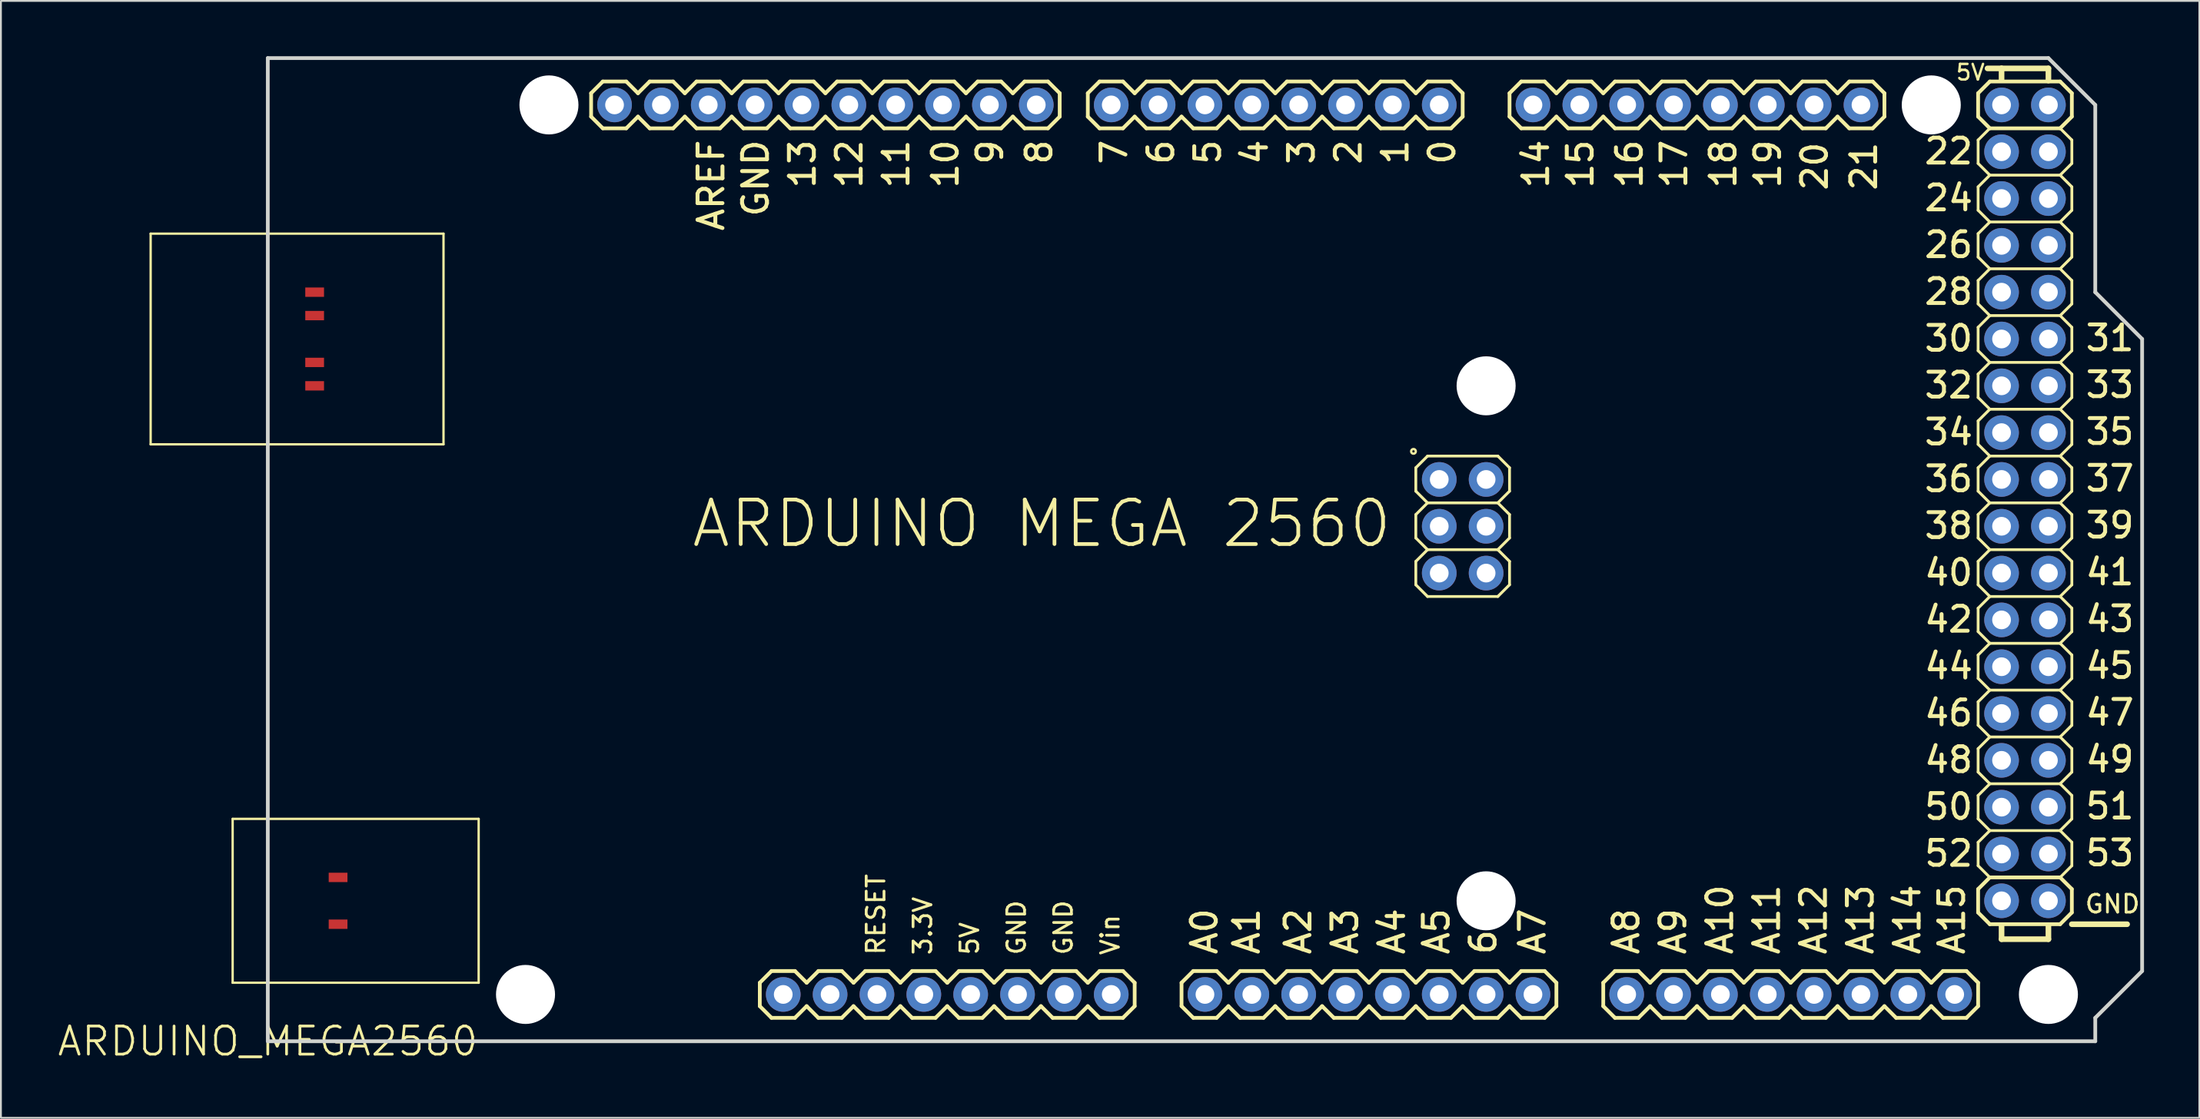
<source format=kicad_pcb>
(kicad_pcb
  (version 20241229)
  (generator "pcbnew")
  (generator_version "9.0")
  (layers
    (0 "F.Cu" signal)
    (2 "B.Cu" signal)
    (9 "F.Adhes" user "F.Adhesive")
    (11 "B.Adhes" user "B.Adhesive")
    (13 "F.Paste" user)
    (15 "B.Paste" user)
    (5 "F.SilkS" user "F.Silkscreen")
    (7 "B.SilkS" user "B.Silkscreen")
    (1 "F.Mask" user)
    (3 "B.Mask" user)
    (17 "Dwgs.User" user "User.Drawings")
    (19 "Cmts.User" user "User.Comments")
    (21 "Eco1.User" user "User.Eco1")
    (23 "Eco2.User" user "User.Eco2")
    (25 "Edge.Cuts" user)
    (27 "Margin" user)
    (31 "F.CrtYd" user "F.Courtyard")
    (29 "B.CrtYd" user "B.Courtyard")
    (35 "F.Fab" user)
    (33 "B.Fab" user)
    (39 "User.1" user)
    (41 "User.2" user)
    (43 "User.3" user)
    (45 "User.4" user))
  (footprint "ARDUINO_MEGA2560"
    (layer "F.Cu")
    (at 11.466 53.442)
    (property "Reference" "ARDUINO_MEGA2560" (at 0 0 0) (layer "F.SilkS") (effects (font (size 1.524 1.524) (thickness 0.15))))
    (attr through_hole)
    (fp_line (start -6.35 -43.815) (end -6.35 -32.385) (stroke (width 0.127) (type solid)) (layer "F.SilkS"))
    (fp_line (start -6.35 -32.385) (end 9.525 -32.385) (stroke (width 0.127) (type solid)) (layer "F.SilkS"))
    (fp_line (start -1.905 -12.065) (end -1.905 -3.175) (stroke (width 0.127) (type solid)) (layer "F.SilkS"))
    (fp_line (start -1.905 -3.175) (end 11.43 -3.175) (stroke (width 0.127) (type solid)) (layer "F.SilkS"))
    (fp_line (start 9.525 -43.815) (end -6.35 -43.815) (stroke (width 0.127) (type solid)) (layer "F.SilkS"))
    (fp_line (start 9.525 -32.385) (end 9.525 -43.815) (stroke (width 0.127) (type solid)) (layer "F.SilkS"))
    (fp_line (start 11.43 -12.065) (end -1.905 -12.065) (stroke (width 0.127) (type solid)) (layer "F.SilkS"))
    (fp_line (start 11.43 -3.175) (end 11.43 -12.065) (stroke (width 0.127) (type solid)) (layer "F.SilkS"))
    (fp_line (start 17.526 -51.435) (end 17.526 -50.165) (stroke (width 0.203) (type solid)) (layer "F.SilkS"))
    (fp_line (start 17.526 -50.165) (end 18.161 -49.53) (stroke (width 0.203) (type solid)) (layer "F.SilkS"))
    (fp_line (start 18.161 -52.07) (end 17.526 -51.435) (stroke (width 0.203) (type solid)) (layer "F.SilkS"))
    (fp_line (start 18.161 -52.07) (end 19.431 -52.07) (stroke (width 0.203) (type solid)) (layer "F.SilkS"))
    (fp_line (start 19.431 -52.07) (end 20.066 -51.435) (stroke (width 0.203) (type solid)) (layer "F.SilkS"))
    (fp_line (start 19.431 -49.53) (end 18.161 -49.53) (stroke (width 0.203) (type solid)) (layer "F.SilkS"))
    (fp_line (start 20.066 -50.165) (end 19.431 -49.53) (stroke (width 0.203) (type solid)) (layer "F.SilkS"))
    (fp_line (start 20.066 -50.165) (end 20.701 -49.53) (stroke (width 0.203) (type solid)) (layer "F.SilkS"))
    (fp_line (start 20.701 -52.07) (end 20.066 -51.435) (stroke (width 0.203) (type solid)) (layer "F.SilkS"))
    (fp_line (start 20.701 -52.07) (end 21.971 -52.07) (stroke (width 0.203) (type solid)) (layer "F.SilkS"))
    (fp_line (start 21.971 -52.07) (end 22.606 -51.435) (stroke (width 0.203) (type solid)) (layer "F.SilkS"))
    (fp_line (start 21.971 -49.53) (end 20.701 -49.53) (stroke (width 0.203) (type solid)) (layer "F.SilkS"))
    (fp_line (start 22.606 -50.165) (end 21.971 -49.53) (stroke (width 0.203) (type solid)) (layer "F.SilkS"))
    (fp_line (start 22.606 -50.165) (end 23.241 -49.53) (stroke (width 0.203) (type solid)) (layer "F.SilkS"))
    (fp_line (start 23.241 -52.07) (end 22.606 -51.435) (stroke (width 0.203) (type solid)) (layer "F.SilkS"))
    (fp_line (start 23.241 -52.07) (end 24.511 -52.07) (stroke (width 0.203) (type solid)) (layer "F.SilkS"))
    (fp_line (start 24.511 -52.07) (end 25.146 -51.435) (stroke (width 0.203) (type solid)) (layer "F.SilkS"))
    (fp_line (start 24.511 -49.53) (end 23.241 -49.53) (stroke (width 0.203) (type solid)) (layer "F.SilkS"))
    (fp_line (start 25.146 -51.435) (end 25.781 -52.07) (stroke (width 0.203) (type solid)) (layer "F.SilkS"))
    (fp_line (start 25.146 -50.165) (end 24.511 -49.53) (stroke (width 0.203) (type solid)) (layer "F.SilkS"))
    (fp_line (start 25.781 -52.07) (end 27.051 -52.07) (stroke (width 0.203) (type solid)) (layer "F.SilkS"))
    (fp_line (start 25.781 -49.53) (end 25.146 -50.165) (stroke (width 0.203) (type solid)) (layer "F.SilkS"))
    (fp_line (start 26.67 -3.175) (end 26.67 -1.905) (stroke (width 0.203) (type solid)) (layer "F.SilkS"))
    (fp_line (start 26.67 -1.905) (end 27.305 -1.27) (stroke (width 0.203) (type solid)) (layer "F.SilkS"))
    (fp_line (start 27.051 -52.07) (end 27.686 -51.435) (stroke (width 0.203) (type solid)) (layer "F.SilkS"))
    (fp_line (start 27.051 -49.53) (end 25.781 -49.53) (stroke (width 0.203) (type solid)) (layer "F.SilkS"))
    (fp_line (start 27.305 -3.81) (end 26.67 -3.175) (stroke (width 0.203) (type solid)) (layer "F.SilkS"))
    (fp_line (start 27.305 -3.81) (end 28.575 -3.81) (stroke (width 0.203) (type solid)) (layer "F.SilkS"))
    (fp_line (start 27.686 -51.435) (end 28.321 -52.07) (stroke (width 0.203) (type solid)) (layer "F.SilkS"))
    (fp_line (start 27.686 -50.165) (end 27.051 -49.53) (stroke (width 0.203) (type solid)) (layer "F.SilkS"))
    (fp_line (start 28.321 -52.07) (end 29.591 -52.07) (stroke (width 0.203) (type solid)) (layer "F.SilkS"))
    (fp_line (start 28.321 -49.53) (end 27.686 -50.165) (stroke (width 0.203) (type solid)) (layer "F.SilkS"))
    (fp_line (start 28.575 -3.81) (end 29.21 -3.175) (stroke (width 0.203) (type solid)) (layer "F.SilkS"))
    (fp_line (start 28.575 -1.27) (end 27.305 -1.27) (stroke (width 0.203) (type solid)) (layer "F.SilkS"))
    (fp_line (start 29.21 -1.905) (end 28.575 -1.27) (stroke (width 0.203) (type solid)) (layer "F.SilkS"))
    (fp_line (start 29.21 -1.905) (end 29.845 -1.27) (stroke (width 0.203) (type solid)) (layer "F.SilkS"))
    (fp_line (start 29.591 -52.07) (end 30.226 -51.435) (stroke (width 0.203) (type solid)) (layer "F.SilkS"))
    (fp_line (start 29.591 -49.53) (end 28.321 -49.53) (stroke (width 0.203) (type solid)) (layer "F.SilkS"))
    (fp_line (start 29.845 -3.81) (end 29.21 -3.175) (stroke (width 0.203) (type solid)) (layer "F.SilkS"))
    (fp_line (start 29.845 -3.81) (end 31.115 -3.81) (stroke (width 0.203) (type solid)) (layer "F.SilkS"))
    (fp_line (start 30.226 -50.165) (end 29.591 -49.53) (stroke (width 0.203) (type solid)) (layer "F.SilkS"))
    (fp_line (start 30.226 -50.165) (end 30.861 -49.53) (stroke (width 0.203) (type solid)) (layer "F.SilkS"))
    (fp_line (start 30.861 -52.07) (end 30.226 -51.435) (stroke (width 0.203) (type solid)) (layer "F.SilkS"))
    (fp_line (start 30.861 -52.07) (end 32.131 -52.07) (stroke (width 0.203) (type solid)) (layer "F.SilkS"))
    (fp_line (start 31.115 -3.81) (end 31.75 -3.175) (stroke (width 0.203) (type solid)) (layer "F.SilkS"))
    (fp_line (start 31.115 -1.27) (end 29.845 -1.27) (stroke (width 0.203) (type solid)) (layer "F.SilkS"))
    (fp_line (start 31.75 -1.905) (end 31.115 -1.27) (stroke (width 0.203) (type solid)) (layer "F.SilkS"))
    (fp_line (start 31.75 -1.905) (end 32.385 -1.27) (stroke (width 0.203) (type solid)) (layer "F.SilkS"))
    (fp_line (start 32.131 -52.07) (end 32.766 -51.435) (stroke (width 0.203) (type solid)) (layer "F.SilkS"))
    (fp_line (start 32.131 -49.53) (end 30.861 -49.53) (stroke (width 0.203) (type solid)) (layer "F.SilkS"))
    (fp_line (start 32.385 -3.81) (end 31.75 -3.175) (stroke (width 0.203) (type solid)) (layer "F.SilkS"))
    (fp_line (start 32.385 -3.81) (end 33.655 -3.81) (stroke (width 0.203) (type solid)) (layer "F.SilkS"))
    (fp_line (start 32.766 -51.435) (end 33.401 -52.07) (stroke (width 0.203) (type solid)) (layer "F.SilkS"))
    (fp_line (start 32.766 -50.165) (end 32.131 -49.53) (stroke (width 0.203) (type solid)) (layer "F.SilkS"))
    (fp_line (start 33.401 -52.07) (end 34.671 -52.07) (stroke (width 0.203) (type solid)) (layer "F.SilkS"))
    (fp_line (start 33.401 -49.53) (end 32.766 -50.165) (stroke (width 0.203) (type solid)) (layer "F.SilkS"))
    (fp_line (start 33.655 -3.81) (end 34.29 -3.175) (stroke (width 0.203) (type solid)) (layer "F.SilkS"))
    (fp_line (start 33.655 -1.27) (end 32.385 -1.27) (stroke (width 0.203) (type solid)) (layer "F.SilkS"))
    (fp_line (start 34.29 -3.175) (end 34.925 -3.81) (stroke (width 0.203) (type solid)) (layer "F.SilkS"))
    (fp_line (start 34.29 -1.905) (end 33.655 -1.27) (stroke (width 0.203) (type solid)) (layer "F.SilkS"))
    (fp_line (start 34.671 -52.07) (end 35.306 -51.435) (stroke (width 0.203) (type solid)) (layer "F.SilkS"))
    (fp_line (start 34.671 -49.53) (end 33.401 -49.53) (stroke (width 0.203) (type solid)) (layer "F.SilkS"))
    (fp_line (start 34.925 -3.81) (end 36.195 -3.81) (stroke (width 0.203) (type solid)) (layer "F.SilkS"))
    (fp_line (start 34.925 -1.27) (end 34.29 -1.905) (stroke (width 0.203) (type solid)) (layer "F.SilkS"))
    (fp_line (start 35.306 -51.435) (end 35.941 -52.07) (stroke (width 0.203) (type solid)) (layer "F.SilkS"))
    (fp_line (start 35.306 -50.165) (end 34.671 -49.53) (stroke (width 0.203) (type solid)) (layer "F.SilkS"))
    (fp_line (start 35.941 -52.07) (end 37.211 -52.07) (stroke (width 0.203) (type solid)) (layer "F.SilkS"))
    (fp_line (start 35.941 -49.53) (end 35.306 -50.165) (stroke (width 0.203) (type solid)) (layer "F.SilkS"))
    (fp_line (start 36.195 -3.81) (end 36.83 -3.175) (stroke (width 0.203) (type solid)) (layer "F.SilkS"))
    (fp_line (start 36.195 -1.27) (end 34.925 -1.27) (stroke (width 0.203) (type solid)) (layer "F.SilkS"))
    (fp_line (start 36.83 -3.175) (end 37.465 -3.81) (stroke (width 0.203) (type solid)) (layer "F.SilkS"))
    (fp_line (start 36.83 -1.905) (end 36.195 -1.27) (stroke (width 0.203) (type solid)) (layer "F.SilkS"))
    (fp_line (start 37.211 -52.07) (end 37.846 -51.435) (stroke (width 0.203) (type solid)) (layer "F.SilkS"))
    (fp_line (start 37.211 -49.53) (end 35.941 -49.53) (stroke (width 0.203) (type solid)) (layer "F.SilkS"))
    (fp_line (start 37.465 -3.81) (end 38.735 -3.81) (stroke (width 0.203) (type solid)) (layer "F.SilkS"))
    (fp_line (start 37.465 -1.27) (end 36.83 -1.905) (stroke (width 0.203) (type solid)) (layer "F.SilkS"))
    (fp_line (start 37.846 -50.165) (end 37.211 -49.53) (stroke (width 0.203) (type solid)) (layer "F.SilkS"))
    (fp_line (start 37.846 -50.165) (end 38.481 -49.53) (stroke (width 0.203) (type solid)) (layer "F.SilkS"))
    (fp_line (start 38.481 -52.07) (end 37.846 -51.435) (stroke (width 0.203) (type solid)) (layer "F.SilkS"))
    (fp_line (start 38.481 -52.07) (end 39.751 -52.07) (stroke (width 0.203) (type solid)) (layer "F.SilkS"))
    (fp_line (start 38.735 -3.81) (end 39.37 -3.175) (stroke (width 0.203) (type solid)) (layer "F.SilkS"))
    (fp_line (start 38.735 -1.27) (end 37.465 -1.27) (stroke (width 0.203) (type solid)) (layer "F.SilkS"))
    (fp_line (start 39.37 -1.905) (end 38.735 -1.27) (stroke (width 0.203) (type solid)) (layer "F.SilkS"))
    (fp_line (start 39.37 -1.905) (end 40.005 -1.27) (stroke (width 0.203) (type solid)) (layer "F.SilkS"))
    (fp_line (start 39.751 -52.07) (end 40.386 -51.435) (stroke (width 0.203) (type solid)) (layer "F.SilkS"))
    (fp_line (start 39.751 -49.53) (end 38.481 -49.53) (stroke (width 0.203) (type solid)) (layer "F.SilkS"))
    (fp_line (start 40.005 -3.81) (end 39.37 -3.175) (stroke (width 0.203) (type solid)) (layer "F.SilkS"))
    (fp_line (start 40.005 -3.81) (end 41.275 -3.81) (stroke (width 0.203) (type solid)) (layer "F.SilkS"))
    (fp_line (start 40.386 -50.165) (end 39.751 -49.53) (stroke (width 0.203) (type solid)) (layer "F.SilkS"))
    (fp_line (start 40.386 -50.165) (end 41.021 -49.53) (stroke (width 0.203) (type solid)) (layer "F.SilkS"))
    (fp_line (start 41.021 -52.07) (end 40.386 -51.435) (stroke (width 0.203) (type solid)) (layer "F.SilkS"))
    (fp_line (start 41.021 -52.07) (end 42.291 -52.07) (stroke (width 0.203) (type solid)) (layer "F.SilkS"))
    (fp_line (start 41.275 -3.81) (end 41.91 -3.175) (stroke (width 0.203) (type solid)) (layer "F.SilkS"))
    (fp_line (start 41.275 -1.27) (end 40.005 -1.27) (stroke (width 0.203) (type solid)) (layer "F.SilkS"))
    (fp_line (start 41.91 -3.175) (end 42.545 -3.81) (stroke (width 0.203) (type solid)) (layer "F.SilkS"))
    (fp_line (start 41.91 -1.905) (end 41.275 -1.27) (stroke (width 0.203) (type solid)) (layer "F.SilkS"))
    (fp_line (start 42.291 -52.07) (end 42.926 -51.435) (stroke (width 0.203) (type solid)) (layer "F.SilkS"))
    (fp_line (start 42.291 -49.53) (end 41.021 -49.53) (stroke (width 0.203) (type solid)) (layer "F.SilkS"))
    (fp_line (start 42.545 -3.81) (end 43.815 -3.81) (stroke (width 0.203) (type solid)) (layer "F.SilkS"))
    (fp_line (start 42.545 -1.27) (end 41.91 -1.905) (stroke (width 0.203) (type solid)) (layer "F.SilkS"))
    (fp_line (start 42.926 -51.435) (end 42.926 -50.165) (stroke (width 0.203) (type solid)) (layer "F.SilkS"))
    (fp_line (start 42.926 -50.165) (end 42.291 -49.53) (stroke (width 0.203) (type solid)) (layer "F.SilkS"))
    (fp_line (start 43.815 -3.81) (end 44.45 -3.175) (stroke (width 0.203) (type solid)) (layer "F.SilkS"))
    (fp_line (start 43.815 -1.27) (end 42.545 -1.27) (stroke (width 0.203) (type solid)) (layer "F.SilkS"))
    (fp_line (start 44.45 -51.435) (end 44.45 -50.165) (stroke (width 0.203) (type solid)) (layer "F.SilkS"))
    (fp_line (start 44.45 -50.165) (end 45.085 -49.53) (stroke (width 0.203) (type solid)) (layer "F.SilkS"))
    (fp_line (start 44.45 -3.175) (end 45.085 -3.81) (stroke (width 0.203) (type solid)) (layer "F.SilkS"))
    (fp_line (start 44.45 -1.905) (end 43.815 -1.27) (stroke (width 0.203) (type solid)) (layer "F.SilkS"))
    (fp_line (start 45.085 -52.07) (end 44.45 -51.435) (stroke (width 0.203) (type solid)) (layer "F.SilkS"))
    (fp_line (start 45.085 -52.07) (end 46.355 -52.07) (stroke (width 0.203) (type solid)) (layer "F.SilkS"))
    (fp_line (start 45.085 -3.81) (end 46.355 -3.81) (stroke (width 0.203) (type solid)) (layer "F.SilkS"))
    (fp_line (start 45.085 -1.27) (end 44.45 -1.905) (stroke (width 0.203) (type solid)) (layer "F.SilkS"))
    (fp_line (start 46.355 -52.07) (end 46.99 -51.435) (stroke (width 0.203) (type solid)) (layer "F.SilkS"))
    (fp_line (start 46.355 -49.53) (end 45.085 -49.53) (stroke (width 0.203) (type solid)) (layer "F.SilkS"))
    (fp_line (start 46.355 -3.81) (end 46.99 -3.175) (stroke (width 0.203) (type solid)) (layer "F.SilkS"))
    (fp_line (start 46.355 -1.27) (end 45.085 -1.27) (stroke (width 0.203) (type solid)) (layer "F.SilkS"))
    (fp_line (start 46.99 -51.435) (end 47.625 -52.07) (stroke (width 0.203) (type solid)) (layer "F.SilkS"))
    (fp_line (start 46.99 -50.165) (end 46.355 -49.53) (stroke (width 0.203) (type solid)) (layer "F.SilkS"))
    (fp_line (start 46.99 -3.175) (end 46.99 -1.905) (stroke (width 0.203) (type solid)) (layer "F.SilkS"))
    (fp_line (start 46.99 -1.905) (end 46.355 -1.27) (stroke (width 0.203) (type solid)) (layer "F.SilkS"))
    (fp_line (start 47.625 -52.07) (end 48.895 -52.07) (stroke (width 0.203) (type solid)) (layer "F.SilkS"))
    (fp_line (start 47.625 -49.53) (end 46.99 -50.165) (stroke (width 0.203) (type solid)) (layer "F.SilkS"))
    (fp_line (start 48.895 -52.07) (end 49.53 -51.435) (stroke (width 0.203) (type solid)) (layer "F.SilkS"))
    (fp_line (start 48.895 -49.53) (end 47.625 -49.53) (stroke (width 0.203) (type solid)) (layer "F.SilkS"))
    (fp_line (start 49.53 -51.435) (end 50.165 -52.07) (stroke (width 0.203) (type solid)) (layer "F.SilkS"))
    (fp_line (start 49.53 -50.165) (end 48.895 -49.53) (stroke (width 0.203) (type solid)) (layer "F.SilkS"))
    (fp_line (start 49.53 -3.175) (end 49.53 -1.905) (stroke (width 0.203) (type solid)) (layer "F.SilkS"))
    (fp_line (start 49.53 -1.905) (end 50.165 -1.27) (stroke (width 0.203) (type solid)) (layer "F.SilkS"))
    (fp_line (start 50.165 -52.07) (end 51.435 -52.07) (stroke (width 0.203) (type solid)) (layer "F.SilkS"))
    (fp_line (start 50.165 -49.53) (end 49.53 -50.165) (stroke (width 0.203) (type solid)) (layer "F.SilkS"))
    (fp_line (start 50.165 -3.81) (end 49.53 -3.175) (stroke (width 0.203) (type solid)) (layer "F.SilkS"))
    (fp_line (start 50.165 -3.81) (end 51.435 -3.81) (stroke (width 0.203) (type solid)) (layer "F.SilkS"))
    (fp_line (start 51.435 -52.07) (end 52.07 -51.435) (stroke (width 0.203) (type solid)) (layer "F.SilkS"))
    (fp_line (start 51.435 -49.53) (end 50.165 -49.53) (stroke (width 0.203) (type solid)) (layer "F.SilkS"))
    (fp_line (start 51.435 -3.81) (end 52.07 -3.175) (stroke (width 0.203) (type solid)) (layer "F.SilkS"))
    (fp_line (start 51.435 -1.27) (end 50.165 -1.27) (stroke (width 0.203) (type solid)) (layer "F.SilkS"))
    (fp_line (start 52.07 -50.165) (end 51.435 -49.53) (stroke (width 0.203) (type solid)) (layer "F.SilkS"))
    (fp_line (start 52.07 -50.165) (end 52.705 -49.53) (stroke (width 0.203) (type solid)) (layer "F.SilkS"))
    (fp_line (start 52.07 -3.175) (end 52.705 -3.81) (stroke (width 0.203) (type solid)) (layer "F.SilkS"))
    (fp_line (start 52.07 -1.905) (end 51.435 -1.27) (stroke (width 0.203) (type solid)) (layer "F.SilkS"))
    (fp_line (start 52.705 -52.07) (end 52.07 -51.435) (stroke (width 0.203) (type solid)) (layer "F.SilkS"))
    (fp_line (start 52.705 -52.07) (end 53.975 -52.07) (stroke (width 0.203) (type solid)) (layer "F.SilkS"))
    (fp_line (start 52.705 -3.81) (end 53.975 -3.81) (stroke (width 0.203) (type solid)) (layer "F.SilkS"))
    (fp_line (start 52.705 -1.27) (end 52.07 -1.905) (stroke (width 0.203) (type solid)) (layer "F.SilkS"))
    (fp_line (start 53.975 -52.07) (end 54.61 -51.435) (stroke (width 0.203) (type solid)) (layer "F.SilkS"))
    (fp_line (start 53.975 -49.53) (end 52.705 -49.53) (stroke (width 0.203) (type solid)) (layer "F.SilkS"))
    (fp_line (start 53.975 -3.81) (end 54.61 -3.175) (stroke (width 0.203) (type solid)) (layer "F.SilkS"))
    (fp_line (start 53.975 -1.27) (end 52.705 -1.27) (stroke (width 0.203) (type solid)) (layer "F.SilkS"))
    (fp_line (start 54.61 -51.435) (end 55.245 -52.07) (stroke (width 0.203) (type solid)) (layer "F.SilkS"))
    (fp_line (start 54.61 -50.165) (end 53.975 -49.53) (stroke (width 0.203) (type solid)) (layer "F.SilkS"))
    (fp_line (start 54.61 -3.175) (end 55.245 -3.81) (stroke (width 0.203) (type solid)) (layer "F.SilkS"))
    (fp_line (start 54.61 -1.905) (end 53.975 -1.27) (stroke (width 0.203) (type solid)) (layer "F.SilkS"))
    (fp_line (start 55.245 -52.07) (end 56.515 -52.07) (stroke (width 0.203) (type solid)) (layer "F.SilkS"))
    (fp_line (start 55.245 -49.53) (end 54.61 -50.165) (stroke (width 0.203) (type solid)) (layer "F.SilkS"))
    (fp_line (start 55.245 -3.81) (end 56.515 -3.81) (stroke (width 0.203) (type solid)) (layer "F.SilkS"))
    (fp_line (start 55.245 -1.27) (end 54.61 -1.905) (stroke (width 0.203) (type solid)) (layer "F.SilkS"))
    (fp_line (start 56.515 -52.07) (end 57.15 -51.435) (stroke (width 0.203) (type solid)) (layer "F.SilkS"))
    (fp_line (start 56.515 -49.53) (end 55.245 -49.53) (stroke (width 0.203) (type solid)) (layer "F.SilkS"))
    (fp_line (start 56.515 -3.81) (end 57.15 -3.175) (stroke (width 0.203) (type solid)) (layer "F.SilkS"))
    (fp_line (start 56.515 -1.27) (end 55.245 -1.27) (stroke (width 0.203) (type solid)) (layer "F.SilkS"))
    (fp_line (start 57.15 -51.435) (end 57.785 -52.07) (stroke (width 0.203) (type solid)) (layer "F.SilkS"))
    (fp_line (start 57.15 -50.165) (end 56.515 -49.53) (stroke (width 0.203) (type solid)) (layer "F.SilkS"))
    (fp_line (start 57.15 -1.905) (end 56.515 -1.27) (stroke (width 0.203) (type solid)) (layer "F.SilkS"))
    (fp_line (start 57.15 -1.905) (end 57.785 -1.27) (stroke (width 0.203) (type solid)) (layer "F.SilkS"))
    (fp_line (start 57.785 -52.07) (end 59.055 -52.07) (stroke (width 0.203) (type solid)) (layer "F.SilkS"))
    (fp_line (start 57.785 -49.53) (end 57.15 -50.165) (stroke (width 0.203) (type solid)) (layer "F.SilkS"))
    (fp_line (start 57.785 -3.81) (end 57.15 -3.175) (stroke (width 0.203) (type solid)) (layer "F.SilkS"))
    (fp_line (start 57.785 -3.81) (end 59.055 -3.81) (stroke (width 0.203) (type solid)) (layer "F.SilkS"))
    (fp_line (start 59.055 -52.07) (end 59.69 -51.435) (stroke (width 0.203) (type solid)) (layer "F.SilkS"))
    (fp_line (start 59.055 -49.53) (end 57.785 -49.53) (stroke (width 0.203) (type solid)) (layer "F.SilkS"))
    (fp_line (start 59.055 -3.81) (end 59.69 -3.175) (stroke (width 0.203) (type solid)) (layer "F.SilkS"))
    (fp_line (start 59.055 -1.27) (end 57.785 -1.27) (stroke (width 0.203) (type solid)) (layer "F.SilkS"))
    (fp_line (start 59.69 -50.165) (end 59.055 -49.53) (stroke (width 0.203) (type solid)) (layer "F.SilkS"))
    (fp_line (start 59.69 -50.165) (end 60.325 -49.53) (stroke (width 0.203) (type solid)) (layer "F.SilkS"))
    (fp_line (start 59.69 -3.175) (end 60.325 -3.81) (stroke (width 0.203) (type solid)) (layer "F.SilkS"))
    (fp_line (start 59.69 -1.905) (end 59.055 -1.27) (stroke (width 0.203) (type solid)) (layer "F.SilkS"))
    (fp_line (start 60.325 -52.07) (end 59.69 -51.435) (stroke (width 0.203) (type solid)) (layer "F.SilkS"))
    (fp_line (start 60.325 -52.07) (end 61.595 -52.07) (stroke (width 0.203) (type solid)) (layer "F.SilkS"))
    (fp_line (start 60.325 -3.81) (end 61.595 -3.81) (stroke (width 0.203) (type solid)) (layer "F.SilkS"))
    (fp_line (start 60.325 -1.27) (end 59.69 -1.905) (stroke (width 0.203) (type solid)) (layer "F.SilkS"))
    (fp_line (start 61.595 -52.07) (end 62.23 -51.435) (stroke (width 0.203) (type solid)) (layer "F.SilkS"))
    (fp_line (start 61.595 -49.53) (end 60.325 -49.53) (stroke (width 0.203) (type solid)) (layer "F.SilkS"))
    (fp_line (start 61.595 -3.81) (end 62.23 -3.175) (stroke (width 0.203) (type solid)) (layer "F.SilkS"))
    (fp_line (start 61.595 -1.27) (end 60.325 -1.27) (stroke (width 0.203) (type solid)) (layer "F.SilkS"))
    (fp_line (start 62.23 -50.165) (end 61.595 -49.53) (stroke (width 0.203) (type solid)) (layer "F.SilkS"))
    (fp_line (start 62.23 -50.165) (end 62.865 -49.53) (stroke (width 0.203) (type solid)) (layer "F.SilkS"))
    (fp_line (start 62.23 -31.115) (end 62.865 -31.75) (stroke (width 0.152) (type solid)) (layer "F.SilkS"))
    (fp_line (start 62.23 -29.845) (end 62.23 -31.115) (stroke (width 0.152) (type solid)) (layer "F.SilkS"))
    (fp_line (start 62.23 -28.575) (end 62.865 -29.21) (stroke (width 0.152) (type solid)) (layer "F.SilkS"))
    (fp_line (start 62.23 -27.305) (end 62.23 -28.575) (stroke (width 0.152) (type solid)) (layer "F.SilkS"))
    (fp_line (start 62.23 -26.035) (end 62.865 -26.67) (stroke (width 0.152) (type solid)) (layer "F.SilkS"))
    (fp_line (start 62.23 -24.765) (end 62.23 -26.035) (stroke (width 0.152) (type solid)) (layer "F.SilkS"))
    (fp_line (start 62.23 -3.175) (end 62.865 -3.81) (stroke (width 0.203) (type solid)) (layer "F.SilkS"))
    (fp_line (start 62.23 -1.905) (end 61.595 -1.27) (stroke (width 0.203) (type solid)) (layer "F.SilkS"))
    (fp_line (start 62.865 -52.07) (end 62.23 -51.435) (stroke (width 0.203) (type solid)) (layer "F.SilkS"))
    (fp_line (start 62.865 -52.07) (end 64.135 -52.07) (stroke (width 0.203) (type solid)) (layer "F.SilkS"))
    (fp_line (start 62.865 -31.75) (end 66.675 -31.75) (stroke (width 0.152) (type solid)) (layer "F.SilkS"))
    (fp_line (start 62.865 -29.21) (end 62.23 -29.845) (stroke (width 0.152) (type solid)) (layer "F.SilkS"))
    (fp_line (start 62.865 -29.21) (end 66.675 -29.21) (stroke (width 0.152) (type solid)) (layer "F.SilkS"))
    (fp_line (start 62.865 -26.67) (end 62.23 -27.305) (stroke (width 0.152) (type solid)) (layer "F.SilkS"))
    (fp_line (start 62.865 -26.67) (end 66.675 -26.67) (stroke (width 0.152) (type solid)) (layer "F.SilkS"))
    (fp_line (start 62.865 -24.13) (end 62.23 -24.765) (stroke (width 0.152) (type solid)) (layer "F.SilkS"))
    (fp_line (start 62.865 -24.13) (end 66.675 -24.13) (stroke (width 0.152) (type solid)) (layer "F.SilkS"))
    (fp_line (start 62.865 -3.81) (end 64.135 -3.81) (stroke (width 0.203) (type solid)) (layer "F.SilkS"))
    (fp_line (start 62.865 -1.27) (end 62.23 -1.905) (stroke (width 0.203) (type solid)) (layer "F.SilkS"))
    (fp_line (start 64.135 -52.07) (end 64.77 -51.435) (stroke (width 0.203) (type solid)) (layer "F.SilkS"))
    (fp_line (start 64.135 -49.53) (end 62.865 -49.53) (stroke (width 0.203) (type solid)) (layer "F.SilkS"))
    (fp_line (start 64.135 -3.81) (end 64.77 -3.175) (stroke (width 0.203) (type solid)) (layer "F.SilkS"))
    (fp_line (start 64.135 -1.27) (end 62.865 -1.27) (stroke (width 0.203) (type solid)) (layer "F.SilkS"))
    (fp_line (start 64.77 -51.435) (end 64.77 -50.165) (stroke (width 0.203) (type solid)) (layer "F.SilkS"))
    (fp_line (start 64.77 -50.165) (end 64.135 -49.53) (stroke (width 0.203) (type solid)) (layer "F.SilkS"))
    (fp_line (start 64.77 -1.905) (end 64.135 -1.27) (stroke (width 0.203) (type solid)) (layer "F.SilkS"))
    (fp_line (start 64.77 -1.905) (end 65.405 -1.27) (stroke (width 0.203) (type solid)) (layer "F.SilkS"))
    (fp_line (start 65.405 -3.81) (end 64.77 -3.175) (stroke (width 0.203) (type solid)) (layer "F.SilkS"))
    (fp_line (start 65.405 -3.81) (end 66.675 -3.81) (stroke (width 0.203) (type solid)) (layer "F.SilkS"))
    (fp_line (start 66.675 -29.21) (end 67.31 -29.845) (stroke (width 0.152) (type solid)) (layer "F.SilkS"))
    (fp_line (start 66.675 -26.67) (end 67.31 -27.305) (stroke (width 0.152) (type solid)) (layer "F.SilkS"))
    (fp_line (start 66.675 -24.13) (end 67.31 -24.765) (stroke (width 0.152) (type solid)) (layer "F.SilkS"))
    (fp_line (start 66.675 -3.81) (end 67.31 -3.175) (stroke (width 0.203) (type solid)) (layer "F.SilkS"))
    (fp_line (start 66.675 -1.27) (end 65.405 -1.27) (stroke (width 0.203) (type solid)) (layer "F.SilkS"))
    (fp_line (start 67.31 -51.435) (end 67.31 -50.165) (stroke (width 0.203) (type solid)) (layer "F.SilkS"))
    (fp_line (start 67.31 -50.165) (end 67.945 -49.53) (stroke (width 0.203) (type solid)) (layer "F.SilkS"))
    (fp_line (start 67.31 -31.115) (end 66.675 -31.75) (stroke (width 0.152) (type solid)) (layer "F.SilkS"))
    (fp_line (start 67.31 -29.845) (end 67.31 -31.115) (stroke (width 0.152) (type solid)) (layer "F.SilkS"))
    (fp_line (start 67.31 -28.575) (end 66.675 -29.21) (stroke (width 0.152) (type solid)) (layer "F.SilkS"))
    (fp_line (start 67.31 -27.305) (end 67.31 -28.575) (stroke (width 0.152) (type solid)) (layer "F.SilkS"))
    (fp_line (start 67.31 -26.035) (end 66.675 -26.67) (stroke (width 0.152) (type solid)) (layer "F.SilkS"))
    (fp_line (start 67.31 -24.765) (end 67.31 -26.035) (stroke (width 0.152) (type solid)) (layer "F.SilkS"))
    (fp_line (start 67.31 -1.905) (end 66.675 -1.27) (stroke (width 0.203) (type solid)) (layer "F.SilkS"))
    (fp_line (start 67.31 -1.905) (end 67.945 -1.27) (stroke (width 0.203) (type solid)) (layer "F.SilkS"))
    (fp_line (start 67.945 -52.07) (end 67.31 -51.435) (stroke (width 0.203) (type solid)) (layer "F.SilkS"))
    (fp_line (start 67.945 -52.07) (end 69.215 -52.07) (stroke (width 0.203) (type solid)) (layer "F.SilkS"))
    (fp_line (start 67.945 -3.81) (end 67.31 -3.175) (stroke (width 0.203) (type solid)) (layer "F.SilkS"))
    (fp_line (start 67.945 -3.81) (end 69.215 -3.81) (stroke (width 0.203) (type solid)) (layer "F.SilkS"))
    (fp_line (start 69.215 -52.07) (end 69.85 -51.435) (stroke (width 0.203) (type solid)) (layer "F.SilkS"))
    (fp_line (start 69.215 -49.53) (end 67.945 -49.53) (stroke (width 0.203) (type solid)) (layer "F.SilkS"))
    (fp_line (start 69.215 -3.81) (end 69.85 -3.175) (stroke (width 0.203) (type solid)) (layer "F.SilkS"))
    (fp_line (start 69.215 -1.27) (end 67.945 -1.27) (stroke (width 0.203) (type solid)) (layer "F.SilkS"))
    (fp_line (start 69.85 -51.435) (end 70.485 -52.07) (stroke (width 0.203) (type solid)) (layer "F.SilkS"))
    (fp_line (start 69.85 -50.165) (end 69.215 -49.53) (stroke (width 0.203) (type solid)) (layer "F.SilkS"))
    (fp_line (start 69.85 -3.175) (end 69.85 -1.905) (stroke (width 0.203) (type solid)) (layer "F.SilkS"))
    (fp_line (start 69.85 -1.905) (end 69.215 -1.27) (stroke (width 0.203) (type solid)) (layer "F.SilkS"))
    (fp_line (start 70.485 -52.07) (end 71.755 -52.07) (stroke (width 0.203) (type solid)) (layer "F.SilkS"))
    (fp_line (start 70.485 -49.53) (end 69.85 -50.165) (stroke (width 0.203) (type solid)) (layer "F.SilkS"))
    (fp_line (start 71.755 -52.07) (end 72.39 -51.435) (stroke (width 0.203) (type solid)) (layer "F.SilkS"))
    (fp_line (start 71.755 -49.53) (end 70.485 -49.53) (stroke (width 0.203) (type solid)) (layer "F.SilkS"))
    (fp_line (start 72.39 -51.435) (end 73.025 -52.07) (stroke (width 0.203) (type solid)) (layer "F.SilkS"))
    (fp_line (start 72.39 -50.165) (end 71.755 -49.53) (stroke (width 0.203) (type solid)) (layer "F.SilkS"))
    (fp_line (start 72.39 -3.175) (end 72.39 -1.905) (stroke (width 0.203) (type solid)) (layer "F.SilkS"))
    (fp_line (start 72.39 -1.905) (end 73.025 -1.27) (stroke (width 0.203) (type solid)) (layer "F.SilkS"))
    (fp_line (start 73.025 -52.07) (end 74.295 -52.07) (stroke (width 0.203) (type solid)) (layer "F.SilkS"))
    (fp_line (start 73.025 -49.53) (end 72.39 -50.165) (stroke (width 0.203) (type solid)) (layer "F.SilkS"))
    (fp_line (start 73.025 -3.81) (end 72.39 -3.175) (stroke (width 0.203) (type solid)) (layer "F.SilkS"))
    (fp_line (start 73.025 -3.81) (end 74.295 -3.81) (stroke (width 0.203) (type solid)) (layer "F.SilkS"))
    (fp_line (start 74.295 -52.07) (end 74.93 -51.435) (stroke (width 0.203) (type solid)) (layer "F.SilkS"))
    (fp_line (start 74.295 -49.53) (end 73.025 -49.53) (stroke (width 0.203) (type solid)) (layer "F.SilkS"))
    (fp_line (start 74.295 -3.81) (end 74.93 -3.175) (stroke (width 0.203) (type solid)) (layer "F.SilkS"))
    (fp_line (start 74.295 -1.27) (end 73.025 -1.27) (stroke (width 0.203) (type solid)) (layer "F.SilkS"))
    (fp_line (start 74.93 -50.165) (end 74.295 -49.53) (stroke (width 0.203) (type solid)) (layer "F.SilkS"))
    (fp_line (start 74.93 -50.165) (end 75.565 -49.53) (stroke (width 0.203) (type solid)) (layer "F.SilkS"))
    (fp_line (start 74.93 -3.175) (end 75.565 -3.81) (stroke (width 0.203) (type solid)) (layer "F.SilkS"))
    (fp_line (start 74.93 -1.905) (end 74.295 -1.27) (stroke (width 0.203) (type solid)) (layer "F.SilkS"))
    (fp_line (start 75.565 -52.07) (end 74.93 -51.435) (stroke (width 0.203) (type solid)) (layer "F.SilkS"))
    (fp_line (start 75.565 -52.07) (end 76.835 -52.07) (stroke (width 0.203) (type solid)) (layer "F.SilkS"))
    (fp_line (start 75.565 -3.81) (end 76.835 -3.81) (stroke (width 0.203) (type solid)) (layer "F.SilkS"))
    (fp_line (start 75.565 -1.27) (end 74.93 -1.905) (stroke (width 0.203) (type solid)) (layer "F.SilkS"))
    (fp_line (start 76.835 -52.07) (end 77.47 -51.435) (stroke (width 0.203) (type solid)) (layer "F.SilkS"))
    (fp_line (start 76.835 -49.53) (end 75.565 -49.53) (stroke (width 0.203) (type solid)) (layer "F.SilkS"))
    (fp_line (start 76.835 -3.81) (end 77.47 -3.175) (stroke (width 0.203) (type solid)) (layer "F.SilkS"))
    (fp_line (start 76.835 -1.27) (end 75.565 -1.27) (stroke (width 0.203) (type solid)) (layer "F.SilkS"))
    (fp_line (start 77.47 -51.435) (end 78.105 -52.07) (stroke (width 0.203) (type solid)) (layer "F.SilkS"))
    (fp_line (start 77.47 -50.165) (end 76.835 -49.53) (stroke (width 0.203) (type solid)) (layer "F.SilkS"))
    (fp_line (start 77.47 -3.175) (end 78.105 -3.81) (stroke (width 0.203) (type solid)) (layer "F.SilkS"))
    (fp_line (start 77.47 -1.905) (end 76.835 -1.27) (stroke (width 0.203) (type solid)) (layer "F.SilkS"))
    (fp_line (start 78.105 -52.07) (end 79.375 -52.07) (stroke (width 0.203) (type solid)) (layer "F.SilkS"))
    (fp_line (start 78.105 -49.53) (end 77.47 -50.165) (stroke (width 0.203) (type solid)) (layer "F.SilkS"))
    (fp_line (start 78.105 -3.81) (end 79.375 -3.81) (stroke (width 0.203) (type solid)) (layer "F.SilkS"))
    (fp_line (start 78.105 -1.27) (end 77.47 -1.905) (stroke (width 0.203) (type solid)) (layer "F.SilkS"))
    (fp_line (start 79.375 -52.07) (end 80.01 -51.435) (stroke (width 0.203) (type solid)) (layer "F.SilkS"))
    (fp_line (start 79.375 -49.53) (end 78.105 -49.53) (stroke (width 0.203) (type solid)) (layer "F.SilkS"))
    (fp_line (start 79.375 -3.81) (end 80.01 -3.175) (stroke (width 0.203) (type solid)) (layer "F.SilkS"))
    (fp_line (start 79.375 -1.27) (end 78.105 -1.27) (stroke (width 0.203) (type solid)) (layer "F.SilkS"))
    (fp_line (start 80.01 -51.435) (end 80.645 -52.07) (stroke (width 0.203) (type solid)) (layer "F.SilkS"))
    (fp_line (start 80.01 -50.165) (end 79.375 -49.53) (stroke (width 0.203) (type solid)) (layer "F.SilkS"))
    (fp_line (start 80.01 -1.905) (end 79.375 -1.27) (stroke (width 0.203) (type solid)) (layer "F.SilkS"))
    (fp_line (start 80.01 -1.905) (end 80.645 -1.27) (stroke (width 0.203) (type solid)) (layer "F.SilkS"))
    (fp_line (start 80.645 -52.07) (end 81.915 -52.07) (stroke (width 0.203) (type solid)) (layer "F.SilkS"))
    (fp_line (start 80.645 -49.53) (end 80.01 -50.165) (stroke (width 0.203) (type solid)) (layer "F.SilkS"))
    (fp_line (start 80.645 -3.81) (end 80.01 -3.175) (stroke (width 0.203) (type solid)) (layer "F.SilkS"))
    (fp_line (start 80.645 -3.81) (end 81.915 -3.81) (stroke (width 0.203) (type solid)) (layer "F.SilkS"))
    (fp_line (start 81.915 -52.07) (end 82.55 -51.435) (stroke (width 0.203) (type solid)) (layer "F.SilkS"))
    (fp_line (start 81.915 -49.53) (end 80.645 -49.53) (stroke (width 0.203) (type solid)) (layer "F.SilkS"))
    (fp_line (start 81.915 -3.81) (end 82.55 -3.175) (stroke (width 0.203) (type solid)) (layer "F.SilkS"))
    (fp_line (start 81.915 -1.27) (end 80.645 -1.27) (stroke (width 0.203) (type solid)) (layer "F.SilkS"))
    (fp_line (start 82.55 -50.165) (end 81.915 -49.53) (stroke (width 0.203) (type solid)) (layer "F.SilkS"))
    (fp_line (start 82.55 -50.165) (end 83.185 -49.53) (stroke (width 0.203) (type solid)) (layer "F.SilkS"))
    (fp_line (start 82.55 -3.175) (end 83.185 -3.81) (stroke (width 0.203) (type solid)) (layer "F.SilkS"))
    (fp_line (start 82.55 -1.905) (end 81.915 -1.27) (stroke (width 0.203) (type solid)) (layer "F.SilkS"))
    (fp_line (start 83.185 -52.07) (end 82.55 -51.435) (stroke (width 0.203) (type solid)) (layer "F.SilkS"))
    (fp_line (start 83.185 -52.07) (end 84.455 -52.07) (stroke (width 0.203) (type solid)) (layer "F.SilkS"))
    (fp_line (start 83.185 -3.81) (end 84.455 -3.81) (stroke (width 0.203) (type solid)) (layer "F.SilkS"))
    (fp_line (start 83.185 -1.27) (end 82.55 -1.905) (stroke (width 0.203) (type solid)) (layer "F.SilkS"))
    (fp_line (start 84.455 -52.07) (end 85.09 -51.435) (stroke (width 0.203) (type solid)) (layer "F.SilkS"))
    (fp_line (start 84.455 -49.53) (end 83.185 -49.53) (stroke (width 0.203) (type solid)) (layer "F.SilkS"))
    (fp_line (start 84.455 -3.81) (end 85.09 -3.175) (stroke (width 0.203) (type solid)) (layer "F.SilkS"))
    (fp_line (start 84.455 -1.27) (end 83.185 -1.27) (stroke (width 0.203) (type solid)) (layer "F.SilkS"))
    (fp_line (start 85.09 -50.165) (end 84.455 -49.53) (stroke (width 0.203) (type solid)) (layer "F.SilkS"))
    (fp_line (start 85.09 -50.165) (end 85.725 -49.53) (stroke (width 0.203) (type solid)) (layer "F.SilkS"))
    (fp_line (start 85.09 -3.175) (end 85.725 -3.81) (stroke (width 0.203) (type solid)) (layer "F.SilkS"))
    (fp_line (start 85.09 -1.905) (end 84.455 -1.27) (stroke (width 0.203) (type solid)) (layer "F.SilkS"))
    (fp_line (start 85.725 -52.07) (end 85.09 -51.435) (stroke (width 0.203) (type solid)) (layer "F.SilkS"))
    (fp_line (start 85.725 -52.07) (end 86.995 -52.07) (stroke (width 0.203) (type solid)) (layer "F.SilkS"))
    (fp_line (start 85.725 -3.81) (end 86.995 -3.81) (stroke (width 0.203) (type solid)) (layer "F.SilkS"))
    (fp_line (start 85.725 -1.27) (end 85.09 -1.905) (stroke (width 0.203) (type solid)) (layer "F.SilkS"))
    (fp_line (start 86.995 -52.07) (end 87.63 -51.435) (stroke (width 0.203) (type solid)) (layer "F.SilkS"))
    (fp_line (start 86.995 -49.53) (end 85.725 -49.53) (stroke (width 0.203) (type solid)) (layer "F.SilkS"))
    (fp_line (start 86.995 -3.81) (end 87.63 -3.175) (stroke (width 0.203) (type solid)) (layer "F.SilkS"))
    (fp_line (start 86.995 -1.27) (end 85.725 -1.27) (stroke (width 0.203) (type solid)) (layer "F.SilkS"))
    (fp_line (start 87.63 -51.435) (end 87.63 -50.165) (stroke (width 0.203) (type solid)) (layer "F.SilkS"))
    (fp_line (start 87.63 -50.165) (end 86.995 -49.53) (stroke (width 0.203) (type solid)) (layer "F.SilkS"))
    (fp_line (start 87.63 -1.905) (end 86.995 -1.27) (stroke (width 0.203) (type solid)) (layer "F.SilkS"))
    (fp_line (start 87.63 -1.905) (end 88.265 -1.27) (stroke (width 0.203) (type solid)) (layer "F.SilkS"))
    (fp_line (start 88.265 -3.81) (end 87.63 -3.175) (stroke (width 0.203) (type solid)) (layer "F.SilkS"))
    (fp_line (start 88.265 -3.81) (end 89.535 -3.81) (stroke (width 0.203) (type solid)) (layer "F.SilkS"))
    (fp_line (start 89.535 -3.81) (end 90.17 -3.175) (stroke (width 0.203) (type solid)) (layer "F.SilkS"))
    (fp_line (start 89.535 -1.27) (end 88.265 -1.27) (stroke (width 0.203) (type solid)) (layer "F.SilkS"))
    (fp_line (start 90.17 -1.905) (end 89.535 -1.27) (stroke (width 0.203) (type solid)) (layer "F.SilkS"))
    (fp_line (start 90.17 -1.905) (end 90.805 -1.27) (stroke (width 0.203) (type solid)) (layer "F.SilkS"))
    (fp_line (start 90.805 -3.81) (end 90.17 -3.175) (stroke (width 0.203) (type solid)) (layer "F.SilkS"))
    (fp_line (start 90.805 -3.81) (end 92.075 -3.81) (stroke (width 0.203) (type solid)) (layer "F.SilkS"))
    (fp_line (start 92.075 -3.81) (end 92.71 -3.175) (stroke (width 0.203) (type solid)) (layer "F.SilkS"))
    (fp_line (start 92.075 -1.27) (end 90.805 -1.27) (stroke (width 0.203) (type solid)) (layer "F.SilkS"))
    (fp_line (start 92.71 -51.435) (end 92.71 -50.165) (stroke (width 0.203) (type solid)) (layer "F.SilkS"))
    (fp_line (start 92.71 -50.165) (end 93.345 -49.53) (stroke (width 0.203) (type solid)) (layer "F.SilkS"))
    (fp_line (start 92.71 -48.895) (end 93.345 -49.53) (stroke (width 0.152) (type solid)) (layer "F.SilkS"))
    (fp_line (start 92.71 -47.625) (end 92.71 -48.895) (stroke (width 0.152) (type solid)) (layer "F.SilkS"))
    (fp_line (start 92.71 -46.355) (end 93.345 -46.99) (stroke (width 0.152) (type solid)) (layer "F.SilkS"))
    (fp_line (start 92.71 -45.085) (end 92.71 -46.355) (stroke (width 0.152) (type solid)) (layer "F.SilkS"))
    (fp_line (start 92.71 -43.815) (end 93.345 -44.45) (stroke (width 0.152) (type solid)) (layer "F.SilkS"))
    (fp_line (start 92.71 -42.545) (end 92.71 -43.815) (stroke (width 0.152) (type solid)) (layer "F.SilkS"))
    (fp_line (start 92.71 -41.275) (end 93.345 -41.91) (stroke (width 0.152) (type solid)) (layer "F.SilkS"))
    (fp_line (start 92.71 -40.005) (end 92.71 -41.275) (stroke (width 0.152) (type solid)) (layer "F.SilkS"))
    (fp_line (start 92.71 -38.735) (end 93.345 -39.37) (stroke (width 0.152) (type solid)) (layer "F.SilkS"))
    (fp_line (start 92.71 -37.465) (end 92.71 -38.735) (stroke (width 0.152) (type solid)) (layer "F.SilkS"))
    (fp_line (start 92.71 -36.195) (end 93.345 -36.83) (stroke (width 0.152) (type solid)) (layer "F.SilkS"))
    (fp_line (start 92.71 -34.925) (end 92.71 -36.195) (stroke (width 0.152) (type solid)) (layer "F.SilkS"))
    (fp_line (start 92.71 -33.655) (end 93.345 -34.29) (stroke (width 0.152) (type solid)) (layer "F.SilkS"))
    (fp_line (start 92.71 -32.385) (end 92.71 -33.655) (stroke (width 0.152) (type solid)) (layer "F.SilkS"))
    (fp_line (start 92.71 -31.115) (end 93.345 -31.75) (stroke (width 0.152) (type solid)) (layer "F.SilkS"))
    (fp_line (start 92.71 -29.845) (end 92.71 -31.115) (stroke (width 0.152) (type solid)) (layer "F.SilkS"))
    (fp_line (start 92.71 -28.575) (end 93.345 -29.21) (stroke (width 0.152) (type solid)) (layer "F.SilkS"))
    (fp_line (start 92.71 -27.305) (end 92.71 -28.575) (stroke (width 0.152) (type solid)) (layer "F.SilkS"))
    (fp_line (start 92.71 -26.035) (end 93.345 -26.67) (stroke (width 0.152) (type solid)) (layer "F.SilkS"))
    (fp_line (start 92.71 -24.765) (end 92.71 -26.035) (stroke (width 0.152) (type solid)) (layer "F.SilkS"))
    (fp_line (start 92.71 -23.495) (end 93.345 -24.13) (stroke (width 0.152) (type solid)) (layer "F.SilkS"))
    (fp_line (start 92.71 -22.225) (end 92.71 -23.495) (stroke (width 0.152) (type solid)) (layer "F.SilkS"))
    (fp_line (start 92.71 -20.955) (end 93.345 -21.59) (stroke (width 0.152) (type solid)) (layer "F.SilkS"))
    (fp_line (start 92.71 -19.685) (end 92.71 -20.955) (stroke (width 0.152) (type solid)) (layer "F.SilkS"))
    (fp_line (start 92.71 -18.415) (end 93.345 -19.05) (stroke (width 0.152) (type solid)) (layer "F.SilkS"))
    (fp_line (start 92.71 -17.145) (end 92.71 -18.415) (stroke (width 0.152) (type solid)) (layer "F.SilkS"))
    (fp_line (start 92.71 -15.875) (end 93.345 -16.51) (stroke (width 0.152) (type solid)) (layer "F.SilkS"))
    (fp_line (start 92.71 -14.605) (end 92.71 -15.875) (stroke (width 0.152) (type solid)) (layer "F.SilkS"))
    (fp_line (start 92.71 -13.335) (end 93.345 -13.97) (stroke (width 0.152) (type solid)) (layer "F.SilkS"))
    (fp_line (start 92.71 -12.065) (end 92.71 -13.335) (stroke (width 0.152) (type solid)) (layer "F.SilkS"))
    (fp_line (start 92.71 -10.795) (end 93.345 -11.43) (stroke (width 0.152) (type solid)) (layer "F.SilkS"))
    (fp_line (start 92.71 -9.525) (end 92.71 -10.795) (stroke (width 0.152) (type solid)) (layer "F.SilkS"))
    (fp_line (start 92.71 -8.255) (end 92.71 -6.985) (stroke (width 0.203) (type solid)) (layer "F.SilkS"))
    (fp_line (start 92.71 -6.985) (end 93.345 -6.35) (stroke (width 0.203) (type solid)) (layer "F.SilkS"))
    (fp_line (start 92.71 -3.175) (end 92.71 -1.905) (stroke (width 0.203) (type solid)) (layer "F.SilkS"))
    (fp_line (start 92.71 -1.905) (end 92.075 -1.27) (stroke (width 0.203) (type solid)) (layer "F.SilkS"))
    (fp_line (start 93.218 -52.781) (end 93.98 -52.781) (stroke (width 0.305) (type solid)) (layer "F.SilkS"))
    (fp_line (start 93.345 -52.07) (end 92.71 -51.435) (stroke (width 0.203) (type solid)) (layer "F.SilkS"))
    (fp_line (start 93.345 -52.07) (end 97.155 -52.07) (stroke (width 0.203) (type solid)) (layer "F.SilkS"))
    (fp_line (start 93.345 -46.99) (end 92.71 -47.625) (stroke (width 0.152) (type solid)) (layer "F.SilkS"))
    (fp_line (start 93.345 -46.99) (end 97.155 -46.99) (stroke (width 0.152) (type solid)) (layer "F.SilkS"))
    (fp_line (start 93.345 -44.45) (end 92.71 -45.085) (stroke (width 0.152) (type solid)) (layer "F.SilkS"))
    (fp_line (start 93.345 -44.45) (end 97.155 -44.45) (stroke (width 0.152) (type solid)) (layer "F.SilkS"))
    (fp_line (start 93.345 -41.91) (end 92.71 -42.545) (stroke (width 0.152) (type solid)) (layer "F.SilkS"))
    (fp_line (start 93.345 -41.91) (end 97.155 -41.91) (stroke (width 0.152) (type solid)) (layer "F.SilkS"))
    (fp_line (start 93.345 -39.37) (end 92.71 -40.005) (stroke (width 0.152) (type solid)) (layer "F.SilkS"))
    (fp_line (start 93.345 -39.37) (end 97.155 -39.37) (stroke (width 0.152) (type solid)) (layer "F.SilkS"))
    (fp_line (start 93.345 -36.83) (end 92.71 -37.465) (stroke (width 0.152) (type solid)) (layer "F.SilkS"))
    (fp_line (start 93.345 -36.83) (end 97.155 -36.83) (stroke (width 0.152) (type solid)) (layer "F.SilkS"))
    (fp_line (start 93.345 -34.29) (end 92.71 -34.925) (stroke (width 0.152) (type solid)) (layer "F.SilkS"))
    (fp_line (start 93.345 -34.29) (end 97.155 -34.29) (stroke (width 0.152) (type solid)) (layer "F.SilkS"))
    (fp_line (start 93.345 -31.75) (end 92.71 -32.385) (stroke (width 0.152) (type solid)) (layer "F.SilkS"))
    (fp_line (start 93.345 -31.75) (end 97.155 -31.75) (stroke (width 0.152) (type solid)) (layer "F.SilkS"))
    (fp_line (start 93.345 -29.21) (end 92.71 -29.845) (stroke (width 0.152) (type solid)) (layer "F.SilkS"))
    (fp_line (start 93.345 -29.21) (end 97.155 -29.21) (stroke (width 0.152) (type solid)) (layer "F.SilkS"))
    (fp_line (start 93.345 -26.67) (end 92.71 -27.305) (stroke (width 0.152) (type solid)) (layer "F.SilkS"))
    (fp_line (start 93.345 -26.67) (end 97.155 -26.67) (stroke (width 0.152) (type solid)) (layer "F.SilkS"))
    (fp_line (start 93.345 -24.13) (end 92.71 -24.765) (stroke (width 0.152) (type solid)) (layer "F.SilkS"))
    (fp_line (start 93.345 -24.13) (end 97.155 -24.13) (stroke (width 0.152) (type solid)) (layer "F.SilkS"))
    (fp_line (start 93.345 -21.59) (end 92.71 -22.225) (stroke (width 0.152) (type solid)) (layer "F.SilkS"))
    (fp_line (start 93.345 -21.59) (end 97.155 -21.59) (stroke (width 0.152) (type solid)) (layer "F.SilkS"))
    (fp_line (start 93.345 -19.05) (end 92.71 -19.685) (stroke (width 0.152) (type solid)) (layer "F.SilkS"))
    (fp_line (start 93.345 -19.05) (end 97.155 -19.05) (stroke (width 0.152) (type solid)) (layer "F.SilkS"))
    (fp_line (start 93.345 -16.51) (end 92.71 -17.145) (stroke (width 0.152) (type solid)) (layer "F.SilkS"))
    (fp_line (start 93.345 -16.51) (end 97.155 -16.51) (stroke (width 0.152) (type solid)) (layer "F.SilkS"))
    (fp_line (start 93.345 -13.97) (end 92.71 -14.605) (stroke (width 0.152) (type solid)) (layer "F.SilkS"))
    (fp_line (start 93.345 -13.97) (end 97.155 -13.97) (stroke (width 0.152) (type solid)) (layer "F.SilkS"))
    (fp_line (start 93.345 -11.43) (end 92.71 -12.065) (stroke (width 0.152) (type solid)) (layer "F.SilkS"))
    (fp_line (start 93.345 -11.43) (end 97.155 -11.43) (stroke (width 0.152) (type solid)) (layer "F.SilkS"))
    (fp_line (start 93.345 -8.89) (end 92.71 -9.525) (stroke (width 0.152) (type solid)) (layer "F.SilkS"))
    (fp_line (start 93.345 -8.89) (end 92.71 -8.255) (stroke (width 0.203) (type solid)) (layer "F.SilkS"))
    (fp_line (start 93.345 -8.89) (end 97.155 -8.89) (stroke (width 0.203) (type solid)) (layer "F.SilkS"))
    (fp_line (start 93.98 -52.781) (end 96.52 -52.781) (stroke (width 0.305) (type solid)) (layer "F.SilkS"))
    (fp_line (start 93.98 -52.146) (end 93.98 -52.781) (stroke (width 0.305) (type solid)) (layer "F.SilkS"))
    (fp_line (start 93.98 -6.274) (end 93.98 -5.537) (stroke (width 0.305) (type solid)) (layer "F.SilkS"))
    (fp_line (start 93.98 -5.537) (end 96.52 -5.537) (stroke (width 0.305) (type solid)) (layer "F.SilkS"))
    (fp_line (start 96.52 -52.781) (end 96.52 -52.121) (stroke (width 0.305) (type solid)) (layer "F.SilkS"))
    (fp_line (start 96.52 -5.537) (end 96.52 -6.299) (stroke (width 0.305) (type solid)) (layer "F.SilkS"))
    (fp_line (start 97.155 -52.07) (end 97.79 -51.435) (stroke (width 0.203) (type solid)) (layer "F.SilkS"))
    (fp_line (start 97.155 -49.53) (end 93.345 -49.53) (stroke (width 0.203) (type solid)) (layer "F.SilkS"))
    (fp_line (start 97.155 -49.53) (end 97.79 -48.895) (stroke (width 0.152) (type solid)) (layer "F.SilkS"))
    (fp_line (start 97.155 -46.99) (end 97.79 -47.625) (stroke (width 0.152) (type solid)) (layer "F.SilkS"))
    (fp_line (start 97.155 -46.99) (end 97.79 -46.355) (stroke (width 0.152) (type solid)) (layer "F.SilkS"))
    (fp_line (start 97.155 -44.45) (end 97.79 -45.085) (stroke (width 0.152) (type solid)) (layer "F.SilkS"))
    (fp_line (start 97.155 -41.91) (end 97.79 -42.545) (stroke (width 0.152) (type solid)) (layer "F.SilkS"))
    (fp_line (start 97.155 -39.37) (end 97.79 -40.005) (stroke (width 0.152) (type solid)) (layer "F.SilkS"))
    (fp_line (start 97.155 -36.83) (end 97.79 -37.465) (stroke (width 0.152) (type solid)) (layer "F.SilkS"))
    (fp_line (start 97.155 -34.29) (end 97.79 -34.925) (stroke (width 0.152) (type solid)) (layer "F.SilkS"))
    (fp_line (start 97.155 -31.75) (end 97.79 -32.385) (stroke (width 0.152) (type solid)) (layer "F.SilkS"))
    (fp_line (start 97.155 -29.21) (end 97.79 -29.845) (stroke (width 0.152) (type solid)) (layer "F.SilkS"))
    (fp_line (start 97.155 -29.21) (end 97.79 -28.575) (stroke (width 0.152) (type solid)) (layer "F.SilkS"))
    (fp_line (start 97.155 -26.67) (end 97.79 -27.305) (stroke (width 0.152) (type solid)) (layer "F.SilkS"))
    (fp_line (start 97.155 -26.67) (end 97.79 -26.035) (stroke (width 0.152) (type solid)) (layer "F.SilkS"))
    (fp_line (start 97.155 -24.13) (end 97.79 -24.765) (stroke (width 0.152) (type solid)) (layer "F.SilkS"))
    (fp_line (start 97.155 -21.59) (end 97.79 -22.225) (stroke (width 0.152) (type solid)) (layer "F.SilkS"))
    (fp_line (start 97.155 -19.05) (end 97.79 -19.685) (stroke (width 0.152) (type solid)) (layer "F.SilkS"))
    (fp_line (start 97.155 -16.51) (end 97.79 -17.145) (stroke (width 0.152) (type solid)) (layer "F.SilkS"))
    (fp_line (start 97.155 -13.97) (end 97.79 -14.605) (stroke (width 0.152) (type solid)) (layer "F.SilkS"))
    (fp_line (start 97.155 -11.43) (end 97.79 -12.065) (stroke (width 0.152) (type solid)) (layer "F.SilkS"))
    (fp_line (start 97.155 -8.89) (end 97.79 -9.525) (stroke (width 0.152) (type solid)) (layer "F.SilkS"))
    (fp_line (start 97.155 -8.89) (end 97.79 -8.255) (stroke (width 0.203) (type solid)) (layer "F.SilkS"))
    (fp_line (start 97.155 -6.35) (end 93.345 -6.35) (stroke (width 0.203) (type solid)) (layer "F.SilkS"))
    (fp_line (start 97.79 -51.435) (end 97.79 -50.165) (stroke (width 0.203) (type solid)) (layer "F.SilkS"))
    (fp_line (start 97.79 -50.165) (end 97.155 -49.53) (stroke (width 0.203) (type solid)) (layer "F.SilkS"))
    (fp_line (start 97.79 -47.625) (end 97.79 -48.895) (stroke (width 0.152) (type solid)) (layer "F.SilkS"))
    (fp_line (start 97.79 -45.085) (end 97.79 -46.355) (stroke (width 0.152) (type solid)) (layer "F.SilkS"))
    (fp_line (start 97.79 -43.815) (end 97.155 -44.45) (stroke (width 0.152) (type solid)) (layer "F.SilkS"))
    (fp_line (start 97.79 -42.545) (end 97.79 -43.815) (stroke (width 0.152) (type solid)) (layer "F.SilkS"))
    (fp_line (start 97.79 -41.275) (end 97.155 -41.91) (stroke (width 0.152) (type solid)) (layer "F.SilkS"))
    (fp_line (start 97.79 -40.005) (end 97.79 -41.275) (stroke (width 0.152) (type solid)) (layer "F.SilkS"))
    (fp_line (start 97.79 -38.735) (end 97.155 -39.37) (stroke (width 0.152) (type solid)) (layer "F.SilkS"))
    (fp_line (start 97.79 -37.465) (end 97.79 -38.735) (stroke (width 0.152) (type solid)) (layer "F.SilkS"))
    (fp_line (start 97.79 -36.195) (end 97.155 -36.83) (stroke (width 0.152) (type solid)) (layer "F.SilkS"))
    (fp_line (start 97.79 -34.925) (end 97.79 -36.195) (stroke (width 0.152) (type solid)) (layer "F.SilkS"))
    (fp_line (start 97.79 -33.655) (end 97.155 -34.29) (stroke (width 0.152) (type solid)) (layer "F.SilkS"))
    (fp_line (start 97.79 -32.385) (end 97.79 -33.655) (stroke (width 0.152) (type solid)) (layer "F.SilkS"))
    (fp_line (start 97.79 -31.115) (end 97.155 -31.75) (stroke (width 0.152) (type solid)) (layer "F.SilkS"))
    (fp_line (start 97.79 -29.845) (end 97.79 -31.115) (stroke (width 0.152) (type solid)) (layer "F.SilkS"))
    (fp_line (start 97.79 -27.305) (end 97.79 -28.575) (stroke (width 0.152) (type solid)) (layer "F.SilkS"))
    (fp_line (start 97.79 -24.765) (end 97.79 -26.035) (stroke (width 0.152) (type solid)) (layer "F.SilkS"))
    (fp_line (start 97.79 -23.495) (end 97.155 -24.13) (stroke (width 0.152) (type solid)) (layer "F.SilkS"))
    (fp_line (start 97.79 -22.225) (end 97.79 -23.495) (stroke (width 0.152) (type solid)) (layer "F.SilkS"))
    (fp_line (start 97.79 -20.955) (end 97.155 -21.59) (stroke (width 0.152) (type solid)) (layer "F.SilkS"))
    (fp_line (start 97.79 -19.685) (end 97.79 -20.955) (stroke (width 0.152) (type solid)) (layer "F.SilkS"))
    (fp_line (start 97.79 -18.415) (end 97.155 -19.05) (stroke (width 0.152) (type solid)) (layer "F.SilkS"))
    (fp_line (start 97.79 -17.145) (end 97.79 -18.415) (stroke (width 0.152) (type solid)) (layer "F.SilkS"))
    (fp_line (start 97.79 -15.875) (end 97.155 -16.51) (stroke (width 0.152) (type solid)) (layer "F.SilkS"))
    (fp_line (start 97.79 -14.605) (end 97.79 -15.875) (stroke (width 0.152) (type solid)) (layer "F.SilkS"))
    (fp_line (start 97.79 -13.335) (end 97.155 -13.97) (stroke (width 0.152) (type solid)) (layer "F.SilkS"))
    (fp_line (start 97.79 -12.065) (end 97.79 -13.335) (stroke (width 0.152) (type solid)) (layer "F.SilkS"))
    (fp_line (start 97.79 -10.795) (end 97.155 -11.43) (stroke (width 0.152) (type solid)) (layer "F.SilkS"))
    (fp_line (start 97.79 -9.525) (end 97.79 -10.795) (stroke (width 0.152) (type solid)) (layer "F.SilkS"))
    (fp_line (start 97.79 -8.255) (end 97.79 -6.985) (stroke (width 0.203) (type solid)) (layer "F.SilkS"))
    (fp_line (start 97.79 -6.985) (end 97.155 -6.35) (stroke (width 0.203) (type solid)) (layer "F.SilkS"))
    (fp_line (start 97.79 -6.35) (end 100.787 -6.35) (stroke (width 0.305) (type solid)) (layer "F.SilkS"))
    (fp_circle (center 62.103 -32.004) (end 62.23 -32.004) (stroke (width 0.127) (type solid)) (fill no) (layer "F.SilkS"))
    (fp_poly (pts (xy 18.542 -50.546) (xy 19.05 -50.546) (xy 19.05 -51.054) (xy 18.542 -51.054)) (stroke (width 0.1) (type solid)) (fill no) (layer "Dwgs.User"))
    (fp_poly (pts (xy 21.082 -50.546) (xy 21.59 -50.546) (xy 21.59 -51.054) (xy 21.082 -51.054)) (stroke (width 0.1) (type solid)) (fill no) (layer "Dwgs.User"))
    (fp_poly (pts (xy 23.622 -50.546) (xy 24.13 -50.546) (xy 24.13 -51.054) (xy 23.622 -51.054)) (stroke (width 0.1) (type solid)) (fill no) (layer "Dwgs.User"))
    (fp_poly (pts (xy 26.162 -50.546) (xy 26.67 -50.546) (xy 26.67 -51.054) (xy 26.162 -51.054)) (stroke (width 0.1) (type solid)) (fill no) (layer "Dwgs.User"))
    (fp_poly (pts (xy 27.686 -2.286) (xy 28.194 -2.286) (xy 28.194 -2.794) (xy 27.686 -2.794)) (stroke (width 0.1) (type solid)) (fill no) (layer "Dwgs.User"))
    (fp_poly (pts (xy 28.702 -50.546) (xy 29.21 -50.546) (xy 29.21 -51.054) (xy 28.702 -51.054)) (stroke (width 0.1) (type solid)) (fill no) (layer "Dwgs.User"))
    (fp_poly (pts (xy 30.226 -2.286) (xy 30.734 -2.286) (xy 30.734 -2.794) (xy 30.226 -2.794)) (stroke (width 0.1) (type solid)) (fill no) (layer "Dwgs.User"))
    (fp_poly (pts (xy 31.242 -50.546) (xy 31.75 -50.546) (xy 31.75 -51.054) (xy 31.242 -51.054)) (stroke (width 0.1) (type solid)) (fill no) (layer "Dwgs.User"))
    (fp_poly (pts (xy 32.766 -2.286) (xy 33.274 -2.286) (xy 33.274 -2.794) (xy 32.766 -2.794)) (stroke (width 0.1) (type solid)) (fill no) (layer "Dwgs.User"))
    (fp_poly (pts (xy 33.782 -50.546) (xy 34.29 -50.546) (xy 34.29 -51.054) (xy 33.782 -51.054)) (stroke (width 0.1) (type solid)) (fill no) (layer "Dwgs.User"))
    (fp_poly (pts (xy 35.306 -2.286) (xy 35.814 -2.286) (xy 35.814 -2.794) (xy 35.306 -2.794)) (stroke (width 0.1) (type solid)) (fill no) (layer "Dwgs.User"))
    (fp_poly (pts (xy 36.322 -50.546) (xy 36.83 -50.546) (xy 36.83 -51.054) (xy 36.322 -51.054)) (stroke (width 0.1) (type solid)) (fill no) (layer "Dwgs.User"))
    (fp_poly (pts (xy 37.846 -2.286) (xy 38.354 -2.286) (xy 38.354 -2.794) (xy 37.846 -2.794)) (stroke (width 0.1) (type solid)) (fill no) (layer "Dwgs.User"))
    (fp_poly (pts (xy 38.862 -50.546) (xy 39.37 -50.546) (xy 39.37 -51.054) (xy 38.862 -51.054)) (stroke (width 0.1) (type solid)) (fill no) (layer "Dwgs.User"))
    (fp_poly (pts (xy 40.386 -2.286) (xy 40.894 -2.286) (xy 40.894 -2.794) (xy 40.386 -2.794)) (stroke (width 0.1) (type solid)) (fill no) (layer "Dwgs.User"))
    (fp_poly (pts (xy 41.402 -50.546) (xy 41.91 -50.546) (xy 41.91 -51.054) (xy 41.402 -51.054)) (stroke (width 0.1) (type solid)) (fill no) (layer "Dwgs.User"))
    (fp_poly (pts (xy 42.926 -2.286) (xy 43.434 -2.286) (xy 43.434 -2.794) (xy 42.926 -2.794)) (stroke (width 0.1) (type solid)) (fill no) (layer "Dwgs.User"))
    (fp_poly (pts (xy 45.466 -50.546) (xy 45.974 -50.546) (xy 45.974 -51.054) (xy 45.466 -51.054)) (stroke (width 0.1) (type solid)) (fill no) (layer "Dwgs.User"))
    (fp_poly (pts (xy 45.466 -2.286) (xy 45.974 -2.286) (xy 45.974 -2.794) (xy 45.466 -2.794)) (stroke (width 0.1) (type solid)) (fill no) (layer "Dwgs.User"))
    (fp_poly (pts (xy 48.006 -50.546) (xy 48.514 -50.546) (xy 48.514 -51.054) (xy 48.006 -51.054)) (stroke (width 0.1) (type solid)) (fill no) (layer "Dwgs.User"))
    (fp_poly (pts (xy 50.546 -50.546) (xy 51.054 -50.546) (xy 51.054 -51.054) (xy 50.546 -51.054)) (stroke (width 0.1) (type solid)) (fill no) (layer "Dwgs.User"))
    (fp_poly (pts (xy 50.546 -2.286) (xy 51.054 -2.286) (xy 51.054 -2.794) (xy 50.546 -2.794)) (stroke (width 0.1) (type solid)) (fill no) (layer "Dwgs.User"))
    (fp_poly (pts (xy 53.086 -50.546) (xy 53.594 -50.546) (xy 53.594 -51.054) (xy 53.086 -51.054)) (stroke (width 0.1) (type solid)) (fill no) (layer "Dwgs.User"))
    (fp_poly (pts (xy 53.086 -2.286) (xy 53.594 -2.286) (xy 53.594 -2.794) (xy 53.086 -2.794)) (stroke (width 0.1) (type solid)) (fill no) (layer "Dwgs.User"))
    (fp_poly (pts (xy 55.626 -50.546) (xy 56.134 -50.546) (xy 56.134 -51.054) (xy 55.626 -51.054)) (stroke (width 0.1) (type solid)) (fill no) (layer "Dwgs.User"))
    (fp_poly (pts (xy 55.626 -2.286) (xy 56.134 -2.286) (xy 56.134 -2.794) (xy 55.626 -2.794)) (stroke (width 0.1) (type solid)) (fill no) (layer "Dwgs.User"))
    (fp_poly (pts (xy 58.166 -50.546) (xy 58.674 -50.546) (xy 58.674 -51.054) (xy 58.166 -51.054)) (stroke (width 0.1) (type solid)) (fill no) (layer "Dwgs.User"))
    (fp_poly (pts (xy 58.166 -2.286) (xy 58.674 -2.286) (xy 58.674 -2.794) (xy 58.166 -2.794)) (stroke (width 0.1) (type solid)) (fill no) (layer "Dwgs.User"))
    (fp_poly (pts (xy 60.706 -50.546) (xy 61.214 -50.546) (xy 61.214 -51.054) (xy 60.706 -51.054)) (stroke (width 0.1) (type solid)) (fill no) (layer "Dwgs.User"))
    (fp_poly (pts (xy 60.706 -2.286) (xy 61.214 -2.286) (xy 61.214 -2.794) (xy 60.706 -2.794)) (stroke (width 0.1) (type solid)) (fill no) (layer "Dwgs.User"))
    (fp_poly (pts (xy 63.246 -50.546) (xy 63.754 -50.546) (xy 63.754 -51.054) (xy 63.246 -51.054)) (stroke (width 0.1) (type solid)) (fill no) (layer "Dwgs.User"))
    (fp_poly (pts (xy 63.246 -30.226) (xy 63.754 -30.226) (xy 63.754 -30.734) (xy 63.246 -30.734)) (stroke (width 0.1) (type solid)) (fill no) (layer "Dwgs.User"))
    (fp_poly (pts (xy 63.246 -27.686) (xy 63.754 -27.686) (xy 63.754 -28.194) (xy 63.246 -28.194)) (stroke (width 0.1) (type solid)) (fill no) (layer "Dwgs.User"))
    (fp_poly (pts (xy 63.246 -25.146) (xy 63.754 -25.146) (xy 63.754 -25.654) (xy 63.246 -25.654)) (stroke (width 0.1) (type solid)) (fill no) (layer "Dwgs.User"))
    (fp_poly (pts (xy 63.246 -2.286) (xy 63.754 -2.286) (xy 63.754 -2.794) (xy 63.246 -2.794)) (stroke (width 0.1) (type solid)) (fill no) (layer "Dwgs.User"))
    (fp_poly (pts (xy 65.786 -30.226) (xy 66.294 -30.226) (xy 66.294 -30.734) (xy 65.786 -30.734)) (stroke (width 0.1) (type solid)) (fill no) (layer "Dwgs.User"))
    (fp_poly (pts (xy 65.786 -27.686) (xy 66.294 -27.686) (xy 66.294 -28.194) (xy 65.786 -28.194)) (stroke (width 0.1) (type solid)) (fill no) (layer "Dwgs.User"))
    (fp_poly (pts (xy 65.786 -25.146) (xy 66.294 -25.146) (xy 66.294 -25.654) (xy 65.786 -25.654)) (stroke (width 0.1) (type solid)) (fill no) (layer "Dwgs.User"))
    (fp_poly (pts (xy 65.786 -2.286) (xy 66.294 -2.286) (xy 66.294 -2.794) (xy 65.786 -2.794)) (stroke (width 0.1) (type solid)) (fill no) (layer "Dwgs.User"))
    (fp_poly (pts (xy 68.326 -50.546) (xy 68.834 -50.546) (xy 68.834 -51.054) (xy 68.326 -51.054)) (stroke (width 0.1) (type solid)) (fill no) (layer "Dwgs.User"))
    (fp_poly (pts (xy 68.326 -2.286) (xy 68.834 -2.286) (xy 68.834 -2.794) (xy 68.326 -2.794)) (stroke (width 0.1) (type solid)) (fill no) (layer "Dwgs.User"))
    (fp_poly (pts (xy 70.866 -50.546) (xy 71.374 -50.546) (xy 71.374 -51.054) (xy 70.866 -51.054)) (stroke (width 0.1) (type solid)) (fill no) (layer "Dwgs.User"))
    (fp_poly (pts (xy 73.406 -50.546) (xy 73.914 -50.546) (xy 73.914 -51.054) (xy 73.406 -51.054)) (stroke (width 0.1) (type solid)) (fill no) (layer "Dwgs.User"))
    (fp_poly (pts (xy 73.406 -2.286) (xy 73.914 -2.286) (xy 73.914 -2.794) (xy 73.406 -2.794)) (stroke (width 0.1) (type solid)) (fill no) (layer "Dwgs.User"))
    (fp_poly (pts (xy 75.946 -50.546) (xy 76.454 -50.546) (xy 76.454 -51.054) (xy 75.946 -51.054)) (stroke (width 0.1) (type solid)) (fill no) (layer "Dwgs.User"))
    (fp_poly (pts (xy 75.946 -2.286) (xy 76.454 -2.286) (xy 76.454 -2.794) (xy 75.946 -2.794)) (stroke (width 0.1) (type solid)) (fill no) (layer "Dwgs.User"))
    (fp_poly (pts (xy 78.486 -50.546) (xy 78.994 -50.546) (xy 78.994 -51.054) (xy 78.486 -51.054)) (stroke (width 0.1) (type solid)) (fill no) (layer "Dwgs.User"))
    (fp_poly (pts (xy 78.486 -2.286) (xy 78.994 -2.286) (xy 78.994 -2.794) (xy 78.486 -2.794)) (stroke (width 0.1) (type solid)) (fill no) (layer "Dwgs.User"))
    (fp_poly (pts (xy 81.026 -50.546) (xy 81.534 -50.546) (xy 81.534 -51.054) (xy 81.026 -51.054)) (stroke (width 0.1) (type solid)) (fill no) (layer "Dwgs.User"))
    (fp_poly (pts (xy 81.026 -2.286) (xy 81.534 -2.286) (xy 81.534 -2.794) (xy 81.026 -2.794)) (stroke (width 0.1) (type solid)) (fill no) (layer "Dwgs.User"))
    (fp_poly (pts (xy 83.566 -50.546) (xy 84.074 -50.546) (xy 84.074 -51.054) (xy 83.566 -51.054)) (stroke (width 0.1) (type solid)) (fill no) (layer "Dwgs.User"))
    (fp_poly (pts (xy 83.566 -2.286) (xy 84.074 -2.286) (xy 84.074 -2.794) (xy 83.566 -2.794)) (stroke (width 0.1) (type solid)) (fill no) (layer "Dwgs.User"))
    (fp_poly (pts (xy 86.106 -50.546) (xy 86.614 -50.546) (xy 86.614 -51.054) (xy 86.106 -51.054)) (stroke (width 0.1) (type solid)) (fill no) (layer "Dwgs.User"))
    (fp_poly (pts (xy 86.106 -2.286) (xy 86.614 -2.286) (xy 86.614 -2.794) (xy 86.106 -2.794)) (stroke (width 0.1) (type solid)) (fill no) (layer "Dwgs.User"))
    (fp_poly (pts (xy 88.646 -2.286) (xy 89.154 -2.286) (xy 89.154 -2.794) (xy 88.646 -2.794)) (stroke (width 0.1) (type solid)) (fill no) (layer "Dwgs.User"))
    (fp_poly (pts (xy 91.186 -2.286) (xy 91.694 -2.286) (xy 91.694 -2.794) (xy 91.186 -2.794)) (stroke (width 0.1) (type solid)) (fill no) (layer "Dwgs.User"))
    (fp_poly (pts (xy 93.726 -50.546) (xy 94.234 -50.546) (xy 94.234 -51.054) (xy 93.726 -51.054)) (stroke (width 0.1) (type solid)) (fill no) (layer "Dwgs.User"))
    (fp_poly (pts (xy 93.726 -48.006) (xy 94.234 -48.006) (xy 94.234 -48.514) (xy 93.726 -48.514)) (stroke (width 0.1) (type solid)) (fill no) (layer "Dwgs.User"))
    (fp_poly (pts (xy 93.726 -45.466) (xy 94.234 -45.466) (xy 94.234 -45.974) (xy 93.726 -45.974)) (stroke (width 0.1) (type solid)) (fill no) (layer "Dwgs.User"))
    (fp_poly (pts (xy 93.726 -42.926) (xy 94.234 -42.926) (xy 94.234 -43.434) (xy 93.726 -43.434)) (stroke (width 0.1) (type solid)) (fill no) (layer "Dwgs.User"))
    (fp_poly (pts (xy 93.726 -40.386) (xy 94.234 -40.386) (xy 94.234 -40.894) (xy 93.726 -40.894)) (stroke (width 0.1) (type solid)) (fill no) (layer "Dwgs.User"))
    (fp_poly (pts (xy 93.726 -37.846) (xy 94.234 -37.846) (xy 94.234 -38.354) (xy 93.726 -38.354)) (stroke (width 0.1) (type solid)) (fill no) (layer "Dwgs.User"))
    (fp_poly (pts (xy 93.726 -35.306) (xy 94.234 -35.306) (xy 94.234 -35.814) (xy 93.726 -35.814)) (stroke (width 0.1) (type solid)) (fill no) (layer "Dwgs.User"))
    (fp_poly (pts (xy 93.726 -32.766) (xy 94.234 -32.766) (xy 94.234 -33.274) (xy 93.726 -33.274)) (stroke (width 0.1) (type solid)) (fill no) (layer "Dwgs.User"))
    (fp_poly (pts (xy 93.726 -30.226) (xy 94.234 -30.226) (xy 94.234 -30.734) (xy 93.726 -30.734)) (stroke (width 0.1) (type solid)) (fill no) (layer "Dwgs.User"))
    (fp_poly (pts (xy 93.726 -27.686) (xy 94.234 -27.686) (xy 94.234 -28.194) (xy 93.726 -28.194)) (stroke (width 0.1) (type solid)) (fill no) (layer "Dwgs.User"))
    (fp_poly (pts (xy 93.726 -25.146) (xy 94.234 -25.146) (xy 94.234 -25.654) (xy 93.726 -25.654)) (stroke (width 0.1) (type solid)) (fill no) (layer "Dwgs.User"))
    (fp_poly (pts (xy 93.726 -22.606) (xy 94.234 -22.606) (xy 94.234 -23.114) (xy 93.726 -23.114)) (stroke (width 0.1) (type solid)) (fill no) (layer "Dwgs.User"))
    (fp_poly (pts (xy 93.726 -20.066) (xy 94.234 -20.066) (xy 94.234 -20.574) (xy 93.726 -20.574)) (stroke (width 0.1) (type solid)) (fill no) (layer "Dwgs.User"))
    (fp_poly (pts (xy 93.726 -17.526) (xy 94.234 -17.526) (xy 94.234 -18.034) (xy 93.726 -18.034)) (stroke (width 0.1) (type solid)) (fill no) (layer "Dwgs.User"))
    (fp_poly (pts (xy 93.726 -14.986) (xy 94.234 -14.986) (xy 94.234 -15.494) (xy 93.726 -15.494)) (stroke (width 0.1) (type solid)) (fill no) (layer "Dwgs.User"))
    (fp_poly (pts (xy 93.726 -12.446) (xy 94.234 -12.446) (xy 94.234 -12.954) (xy 93.726 -12.954)) (stroke (width 0.1) (type solid)) (fill no) (layer "Dwgs.User"))
    (fp_poly (pts (xy 93.726 -9.906) (xy 94.234 -9.906) (xy 94.234 -10.414) (xy 93.726 -10.414)) (stroke (width 0.1) (type solid)) (fill no) (layer "Dwgs.User"))
    (fp_poly (pts (xy 93.726 -7.366) (xy 94.234 -7.366) (xy 94.234 -7.874) (xy 93.726 -7.874)) (stroke (width 0.1) (type solid)) (fill no) (layer "Dwgs.User"))
    (fp_poly (pts (xy 96.266 -50.546) (xy 96.774 -50.546) (xy 96.774 -51.054) (xy 96.266 -51.054)) (stroke (width 0.1) (type solid)) (fill no) (layer "Dwgs.User"))
    (fp_poly (pts (xy 96.266 -48.006) (xy 96.774 -48.006) (xy 96.774 -48.514) (xy 96.266 -48.514)) (stroke (width 0.1) (type solid)) (fill no) (layer "Dwgs.User"))
    (fp_poly (pts (xy 96.266 -45.466) (xy 96.774 -45.466) (xy 96.774 -45.974) (xy 96.266 -45.974)) (stroke (width 0.1) (type solid)) (fill no) (layer "Dwgs.User"))
    (fp_poly (pts (xy 96.266 -42.926) (xy 96.774 -42.926) (xy 96.774 -43.434) (xy 96.266 -43.434)) (stroke (width 0.1) (type solid)) (fill no) (layer "Dwgs.User"))
    (fp_poly (pts (xy 96.266 -40.386) (xy 96.774 -40.386) (xy 96.774 -40.894) (xy 96.266 -40.894)) (stroke (width 0.1) (type solid)) (fill no) (layer "Dwgs.User"))
    (fp_poly (pts (xy 96.266 -37.846) (xy 96.774 -37.846) (xy 96.774 -38.354) (xy 96.266 -38.354)) (stroke (width 0.1) (type solid)) (fill no) (layer "Dwgs.User"))
    (fp_poly (pts (xy 96.266 -35.306) (xy 96.774 -35.306) (xy 96.774 -35.814) (xy 96.266 -35.814)) (stroke (width 0.1) (type solid)) (fill no) (layer "Dwgs.User"))
    (fp_poly (pts (xy 96.266 -32.766) (xy 96.774 -32.766) (xy 96.774 -33.274) (xy 96.266 -33.274)) (stroke (width 0.1) (type solid)) (fill no) (layer "Dwgs.User"))
    (fp_poly (pts (xy 96.266 -30.226) (xy 96.774 -30.226) (xy 96.774 -30.734) (xy 96.266 -30.734)) (stroke (width 0.1) (type solid)) (fill no) (layer "Dwgs.User"))
    (fp_poly (pts (xy 96.266 -27.686) (xy 96.774 -27.686) (xy 96.774 -28.194) (xy 96.266 -28.194)) (stroke (width 0.1) (type solid)) (fill no) (layer "Dwgs.User"))
    (fp_poly (pts (xy 96.266 -25.146) (xy 96.774 -25.146) (xy 96.774 -25.654) (xy 96.266 -25.654)) (stroke (width 0.1) (type solid)) (fill no) (layer "Dwgs.User"))
    (fp_poly (pts (xy 96.266 -22.606) (xy 96.774 -22.606) (xy 96.774 -23.114) (xy 96.266 -23.114)) (stroke (width 0.1) (type solid)) (fill no) (layer "Dwgs.User"))
    (fp_poly (pts (xy 96.266 -20.066) (xy 96.774 -20.066) (xy 96.774 -20.574) (xy 96.266 -20.574)) (stroke (width 0.1) (type solid)) (fill no) (layer "Dwgs.User"))
    (fp_poly (pts (xy 96.266 -17.526) (xy 96.774 -17.526) (xy 96.774 -18.034) (xy 96.266 -18.034)) (stroke (width 0.1) (type solid)) (fill no) (layer "Dwgs.User"))
    (fp_poly (pts (xy 96.266 -14.986) (xy 96.774 -14.986) (xy 96.774 -15.494) (xy 96.266 -15.494)) (stroke (width 0.1) (type solid)) (fill no) (layer "Dwgs.User"))
    (fp_poly (pts (xy 96.266 -12.446) (xy 96.774 -12.446) (xy 96.774 -12.954) (xy 96.266 -12.954)) (stroke (width 0.1) (type solid)) (fill no) (layer "Dwgs.User"))
    (fp_poly (pts (xy 96.266 -9.906) (xy 96.774 -9.906) (xy 96.774 -10.414) (xy 96.266 -10.414)) (stroke (width 0.1) (type solid)) (fill no) (layer "Dwgs.User"))
    (fp_poly (pts (xy 96.266 -7.366) (xy 96.774 -7.366) (xy 96.774 -7.874) (xy 96.266 -7.874)) (stroke (width 0.1) (type solid)) (fill no) (layer "Dwgs.User"))
    (fp_line (start 0 -53.34) (end 96.52 -53.34) (stroke (width 0.203) (type solid)) (layer "Edge.Cuts"))
    (fp_line (start 0 0) (end 0 -53.34) (stroke (width 0.203) (type solid)) (layer "Edge.Cuts"))
    (fp_line (start 96.52 -53.34) (end 99.06 -50.8) (stroke (width 0.203) (type solid)) (layer "Edge.Cuts"))
    (fp_line (start 99.06 -50.8) (end 99.06 -40.64) (stroke (width 0.203) (type solid)) (layer "Edge.Cuts"))
    (fp_line (start 99.06 -40.64) (end 101.6 -38.1) (stroke (width 0.203) (type solid)) (layer "Edge.Cuts"))
    (fp_line (start 99.06 -1.27) (end 99.06 0) (stroke (width 0.203) (type solid)) (layer "Edge.Cuts"))
    (fp_line (start 99.06 0) (end 0 0) (stroke (width 0.203) (type solid)) (layer "Edge.Cuts"))
    (fp_line (start 101.6 -38.1) (end 101.6 -3.81) (stroke (width 0.203) (type solid)) (layer "Edge.Cuts"))
    (fp_line (start 101.6 -3.81) (end 99.06 -1.27) (stroke (width 0.203) (type solid)) (layer "Edge.Cuts"))
    (fp_text user "11" (at 33.274 -49.022 90) (layer "F.SilkS") (effects (font (size 1.351 1.351) (thickness 0.213)) (justify right top)))
    (fp_text user "GND" (at 41.148 -4.597 90) (layer "F.SilkS") (effects (font (size 0.965 0.965) (thickness 0.152)) (justify left bottom)))
    (fp_text user "A12" (at 84.582 -4.597 90) (layer "F.SilkS") (effects (font (size 1.351 1.351) (thickness 0.213)) (justify left bottom)))
    (fp_text user "34" (at 89.687 -32.258 0) (layer "F.SilkS") (effects (font (size 1.351 1.351) (thickness 0.213)) (justify left bottom)))
    (fp_text user "10" (at 35.941 -49.022 90) (layer "F.SilkS") (effects (font (size 1.351 1.351) (thickness 0.213)) (justify right top)))
    (fp_text user "1" (at 60.325 -49.022 90) (layer "F.SilkS") (effects (font (size 1.351 1.351) (thickness 0.213)) (justify right top)))
    (fp_text user "AREF" (at 23.241 -49.022 90) (layer "F.SilkS") (effects (font (size 1.351 1.351) (thickness 0.213)) (justify right top)))
    (fp_text user "A0" (at 51.562 -4.597 90) (layer "F.SilkS") (effects (font (size 1.351 1.351) (thickness 0.213)) (justify left bottom)))
    (fp_text user "35" (at 98.425 -32.283 0) (layer "F.SilkS") (effects (font (size 1.351 1.351) (thickness 0.213)) (justify left bottom)))
    (fp_text user "12" (at 30.734 -49.022 90) (layer "F.SilkS") (effects (font (size 1.351 1.351) (thickness 0.213)) (justify right top)))
    (fp_text user "41" (at 98.425 -24.663 0) (layer "F.SilkS") (effects (font (size 1.351 1.351) (thickness 0.213)) (justify left bottom)))
    (fp_text user "53" (at 98.425 -9.423 0) (layer "F.SilkS") (effects (font (size 1.351 1.351) (thickness 0.213)) (justify left bottom)))
    (fp_text user "0" (at 62.865 -49.022 90) (layer "F.SilkS") (effects (font (size 1.351 1.351) (thickness 0.213)) (justify right top)))
    (fp_text user "7" (at 45.085 -49.022 90) (layer "F.SilkS") (effects (font (size 1.351 1.351) (thickness 0.213)) (justify right top)))
    (fp_text user "5" (at 50.165 -49.022 90) (layer "F.SilkS") (effects (font (size 1.351 1.351) (thickness 0.213)) (justify right top)))
    (fp_text user "A4" (at 61.722 -4.597 90) (layer "F.SilkS") (effects (font (size 1.351 1.351) (thickness 0.213)) (justify left bottom)))
    (fp_text user "32" (at 89.687 -34.798 0) (layer "F.SilkS") (effects (font (size 1.351 1.351) (thickness 0.213)) (justify left bottom)))
    (fp_text user "50" (at 89.687 -11.938 0) (layer "F.SilkS") (effects (font (size 1.351 1.351) (thickness 0.213)) (justify left bottom)))
    (fp_text user "6" (at 66.675 -4.597 90) (layer "F.SilkS") (effects (font (size 1.351 1.351) (thickness 0.213)) (justify left bottom)))
    (fp_text user "A11" (at 82.042 -4.597 90) (layer "F.SilkS") (effects (font (size 1.351 1.351) (thickness 0.213)) (justify left bottom)))
    (fp_text user "5V" (at 38.608 -4.597 90) (layer "F.SilkS") (effects (font (size 0.965 0.965) (thickness 0.152)) (justify left bottom)))
    (fp_text user "13" (at 28.194 -49.022 90) (layer "F.SilkS") (effects (font (size 1.351 1.351) (thickness 0.213)) (justify right top)))
    (fp_text user "GND" (at 98.425 -6.883 0) (layer "F.SilkS") (effects (font (size 0.965 0.965) (thickness 0.152)) (justify left bottom)))
    (fp_text user "3.3V" (at 36.068 -4.597 90) (layer "F.SilkS") (effects (font (size 0.965 0.965) (thickness 0.152)) (justify left bottom)))
    (fp_text user "A15" (at 92.075 -4.597 90) (layer "F.SilkS") (effects (font (size 1.351 1.351) (thickness 0.213)) (justify left bottom)))
    (fp_text user "40" (at 89.687 -24.638 0) (layer "F.SilkS") (effects (font (size 1.351 1.351) (thickness 0.213)) (justify left bottom)))
    (fp_text user "36" (at 89.687 -29.718 0) (layer "F.SilkS") (effects (font (size 1.351 1.351) (thickness 0.213)) (justify left bottom)))
    (fp_text user "3" (at 55.245 -49.022 90) (layer "F.SilkS") (effects (font (size 1.351 1.351) (thickness 0.213)) (justify right top)))
    (fp_text user "18" (at 78.105 -49.022 90) (layer "F.SilkS") (effects (font (size 1.351 1.351) (thickness 0.213)) (justify right top)))
    (fp_text user "A7" (at 69.342 -4.597 90) (layer "F.SilkS") (effects (font (size 1.351 1.351) (thickness 0.213)) (justify left bottom)))
    (fp_text user "A8" (at 74.422 -4.597 90) (layer "F.SilkS") (effects (font (size 1.351 1.351) (thickness 0.213)) (justify left bottom)))
    (fp_text user "37" (at 98.425 -29.743 0) (layer "F.SilkS") (effects (font (size 1.351 1.351) (thickness 0.213)) (justify left bottom)))
    (fp_text user "19" (at 80.518 -49.022 90) (layer "F.SilkS") (effects (font (size 1.351 1.351) (thickness 0.213)) (justify right top)))
    (fp_text user "17" (at 75.438 -49.022 90) (layer "F.SilkS") (effects (font (size 1.351 1.351) (thickness 0.213)) (justify right top)))
    (fp_text user "44" (at 89.687 -19.558 0) (layer "F.SilkS") (effects (font (size 1.351 1.351) (thickness 0.213)) (justify left bottom)))
    (fp_text user "Vin" (at 46.228 -4.597 90) (layer "F.SilkS") (effects (font (size 0.965 0.965) (thickness 0.152)) (justify left bottom)))
    (fp_text user "51" (at 98.425 -11.963 0) (layer "F.SilkS") (effects (font (size 1.351 1.351) (thickness 0.213)) (justify left bottom)))
    (fp_text user "A2" (at 56.642 -4.597 90) (layer "F.SilkS") (effects (font (size 1.351 1.351) (thickness 0.213)) (justify left bottom)))
    (fp_text user "A9" (at 76.962 -4.597 90) (layer "F.SilkS") (effects (font (size 1.351 1.351) (thickness 0.213)) (justify left bottom)))
    (fp_text user "A3" (at 59.182 -4.597 90) (layer "F.SilkS") (effects (font (size 1.351 1.351) (thickness 0.213)) (justify left bottom)))
    (fp_text user "14" (at 67.945 -49.022 90) (layer "F.SilkS") (effects (font (size 1.351 1.351) (thickness 0.213)) (justify right top)))
    (fp_text user "30" (at 89.687 -37.338 0) (layer "F.SilkS") (effects (font (size 1.351 1.351) (thickness 0.213)) (justify left bottom)))
    (fp_text user "31" (at 98.425 -37.363 0) (layer "F.SilkS") (effects (font (size 1.351 1.351) (thickness 0.213)) (justify left bottom)))
    (fp_text user "16" (at 73.025 -49.022 90) (layer "F.SilkS") (effects (font (size 1.351 1.351) (thickness 0.213)) (justify right top)))
    (fp_text user "RESET" (at 33.528 -4.597 90) (layer "F.SilkS") (effects (font (size 0.965 0.965) (thickness 0.152)) (justify left bottom)))
    (fp_text user "5V" (at 91.44 -52.07 0) (layer "F.SilkS") (effects (font (size 0.845 0.845) (thickness 0.133)) (justify left bottom)))
    (fp_text user "6" (at 47.625 -49.022 90) (layer "F.SilkS") (effects (font (size 1.351 1.351) (thickness 0.213)) (justify right top)))
    (fp_text user "21" (at 85.725 -48.895 90) (layer "F.SilkS") (effects (font (size 1.351 1.351) (thickness 0.213)) (justify right top)))
    (fp_text user "48" (at 89.687 -14.478 0) (layer "F.SilkS") (effects (font (size 1.351 1.351) (thickness 0.213)) (justify left bottom)))
    (fp_text user "15" (at 70.358 -49.022 90) (layer "F.SilkS") (effects (font (size 1.351 1.351) (thickness 0.213)) (justify right top)))
    (fp_text user "GND" (at 25.654 -49.022 90) (layer "F.SilkS") (effects (font (size 1.351 1.351) (thickness 0.213)) (justify right top)))
    (fp_text user "43" (at 98.425 -22.123 0) (layer "F.SilkS") (effects (font (size 1.351 1.351) (thickness 0.213)) (justify left bottom)))
    (fp_text user "42" (at 89.687 -22.098 0) (layer "F.SilkS") (effects (font (size 1.351 1.351) (thickness 0.213)) (justify left bottom)))
    (fp_text user "22" (at 89.687 -47.498 0) (layer "F.SilkS") (effects (font (size 1.351 1.351) (thickness 0.213)) (justify left bottom)))
    (fp_text user "2" (at 57.785 -49.022 90) (layer "F.SilkS") (effects (font (size 1.351 1.351) (thickness 0.213)) (justify right top)))
    (fp_text user "26" (at 89.687 -42.418 0) (layer "F.SilkS") (effects (font (size 1.351 1.351) (thickness 0.213)) (justify left bottom)))
    (fp_text user "24" (at 89.687 -44.958 0) (layer "F.SilkS") (effects (font (size 1.351 1.351) (thickness 0.213)) (justify left bottom)))
    (fp_text user "46" (at 89.687 -17.018 0) (layer "F.SilkS") (effects (font (size 1.351 1.351) (thickness 0.213)) (justify left bottom)))
    (fp_text user "38" (at 89.687 -27.178 0) (layer "F.SilkS") (effects (font (size 1.351 1.351) (thickness 0.213)) (justify left bottom)))
    (fp_text user "GND" (at 43.688 -4.597 90) (layer "F.SilkS") (effects (font (size 0.965 0.965) (thickness 0.152)) (justify left bottom)))
    (fp_text user "20" (at 83.058 -48.895 90) (layer "F.SilkS") (effects (font (size 1.351 1.351) (thickness 0.213)) (justify right top)))
    (fp_text user "9" (at 38.354 -49.022 90) (layer "F.SilkS") (effects (font (size 1.351 1.351) (thickness 0.213)) (justify right top)))
    (fp_text user "A10" (at 79.502 -4.597 90) (layer "F.SilkS") (effects (font (size 1.351 1.351) (thickness 0.213)) (justify left bottom)))
    (fp_text user "A14" (at 89.662 -4.597 90) (layer "F.SilkS") (effects (font (size 1.351 1.351) (thickness 0.213)) (justify left bottom)))
    (fp_text user "52" (at 89.687 -9.398 0) (layer "F.SilkS") (effects (font (size 1.351 1.351) (thickness 0.213)) (justify left bottom)))
    (fp_text user "4" (at 52.705 -49.022 90) (layer "F.SilkS") (effects (font (size 1.351 1.351) (thickness 0.213)) (justify right top)))
    (fp_text user "33" (at 98.425 -34.823 0) (layer "F.SilkS") (effects (font (size 1.351 1.351) (thickness 0.213)) (justify left bottom)))
    (fp_text user "39" (at 98.425 -27.203 0) (layer "F.SilkS") (effects (font (size 1.351 1.351) (thickness 0.213)) (justify left bottom)))
    (fp_text user "A5" (at 64.135 -4.597 90) (layer "F.SilkS") (effects (font (size 1.351 1.351) (thickness 0.213)) (justify left bottom)))
    (fp_text user "ARDUINO MEGA 2560" (at 22.86 -26.67 0) (layer "F.SilkS") (effects (font (size 2.413 2.413) (thickness 0.203)) (justify left bottom)))
    (fp_text user "45" (at 98.425 -19.583 0) (layer "F.SilkS") (effects (font (size 1.351 1.351) (thickness 0.213)) (justify left bottom)))
    (fp_text user "28" (at 89.687 -39.878 0) (layer "F.SilkS") (effects (font (size 1.351 1.351) (thickness 0.213)) (justify left bottom)))
    (fp_text user "47" (at 98.425 -17.043 0) (layer "F.SilkS") (effects (font (size 1.351 1.351) (thickness 0.213)) (justify left bottom)))
    (fp_text user "A1" (at 53.848 -4.597 90) (layer "F.SilkS") (effects (font (size 1.351 1.351) (thickness 0.213)) (justify left bottom)))
    (fp_text user "49" (at 98.425 -14.503 0) (layer "F.SilkS") (effects (font (size 1.351 1.351) (thickness 0.213)) (justify left bottom)))
    (fp_text user "8" (at 41.021 -49.022 90) (layer "F.SilkS") (effects (font (size 1.351 1.351) (thickness 0.213)) (justify right top)))
    (fp_text user "A13" (at 87.122 -4.597 90) (layer "F.SilkS") (effects (font (size 1.351 1.351) (thickness 0.213)) (justify left bottom)))
    (pad "" np_thru_hole circle (at 13.97 -2.54) (size 3.2 3.2) (drill 3.2) (layers "*.Cu"))
    (pad "" np_thru_hole circle (at 15.24 -50.8) (size 3.2 3.2) (drill 3.2) (layers "*.Cu"))
    (pad "" np_thru_hole circle (at 66.04 -35.56) (size 3.2 3.2) (drill 3.2) (layers "*.Cu"))
    (pad "" np_thru_hole circle (at 66.04 -7.62) (size 3.2 3.2) (drill 3.2) (layers "*.Cu"))
    (pad "" np_thru_hole circle (at 90.17 -50.8) (size 3.2 3.2) (drill 3.2) (layers "*.Cu"))
    (pad "" np_thru_hole circle (at 96.52 -2.54) (size 3.2 3.2) (drill 3.2) (layers "*.Cu"))
    (pad "+5V_" thru_hole circle (at 66.04 -30.48 90) (size 1.88 1.88) (drill 1.016) (layers "*.Cu" "*.Mask"))
    (pad "0" thru_hole circle (at 63.5 -50.8 90) (size 1.88 1.88) (drill 1.016) (layers "*.Cu" "*.Mask"))
    (pad "1" thru_hole circle (at 60.96 -50.8 90) (size 1.88 1.88) (drill 1.016) (layers "*.Cu" "*.Mask"))
    (pad "2" thru_hole circle (at 58.42 -50.8 90) (size 1.88 1.88) (drill 1.016) (layers "*.Cu" "*.Mask"))
    (pad "3" thru_hole circle (at 55.88 -50.8 90) (size 1.88 1.88) (drill 1.016) (layers "*.Cu" "*.Mask"))
    (pad "3.3V" thru_hole circle (at 35.56 -2.54 90) (size 1.88 1.88) (drill 1.016) (layers "*.Cu" "*.Mask"))
    (pad "4" thru_hole circle (at 53.34 -50.8 90) (size 1.88 1.88) (drill 1.016) (layers "*.Cu" "*.Mask"))
    (pad "5" thru_hole circle (at 50.8 -50.8 90) (size 1.88 1.88) (drill 1.016) (layers "*.Cu" "*.Mask"))
    (pad "5V" thru_hole circle (at 38.1 -2.54 90) (size 1.88 1.88) (drill 1.016) (layers "*.Cu" "*.Mask"))
    (pad "5V." thru_hole circle (at 93.98 -50.8 90) (size 1.88 1.88) (drill 1.016) (layers "*.Cu" "*.Mask"))
    (pad "5V.." thru_hole circle (at 96.52 -50.8 90) (size 1.88 1.88) (drill 1.016) (layers "*.Cu" "*.Mask"))
    (pad "6" thru_hole circle (at 48.26 -50.8 90) (size 1.88 1.88) (drill 1.016) (layers "*.Cu" "*.Mask"))
    (pad "7" thru_hole circle (at 45.72 -50.8 90) (size 1.88 1.88) (drill 1.016) (layers "*.Cu" "*.Mask"))
    (pad "8" thru_hole circle (at 41.656 -50.8 90) (size 1.88 1.88) (drill 1.016) (layers "*.Cu" "*.Mask"))
    (pad "9" thru_hole circle (at 39.116 -50.8 90) (size 1.88 1.88) (drill 1.016) (layers "*.Cu" "*.Mask"))
    (pad "10" thru_hole circle (at 36.576 -50.8 90) (size 1.88 1.88) (drill 1.016) (layers "*.Cu" "*.Mask"))
    (pad "11" thru_hole circle (at 34.036 -50.8 90) (size 1.88 1.88) (drill 1.016) (layers "*.Cu" "*.Mask"))
    (pad "12" thru_hole circle (at 31.496 -50.8 90) (size 1.88 1.88) (drill 1.016) (layers "*.Cu" "*.Mask"))
    (pad "13" thru_hole circle (at 28.956 -50.8 90) (size 1.88 1.88) (drill 1.016) (layers "*.Cu" "*.Mask"))
    (pad "14" thru_hole circle (at 68.58 -50.8 90) (size 1.88 1.88) (drill 1.016) (layers "*.Cu" "*.Mask"))
    (pad "15" thru_hole circle (at 71.12 -50.8 90) (size 1.88 1.88) (drill 1.016) (layers "*.Cu" "*.Mask"))
    (pad "16" thru_hole circle (at 73.66 -50.8 90) (size 1.88 1.88) (drill 1.016) (layers "*.Cu" "*.Mask"))
    (pad "17" thru_hole circle (at 76.2 -50.8 90) (size 1.88 1.88) (drill 1.016) (layers "*.Cu" "*.Mask"))
    (pad "18" thru_hole circle (at 78.74 -50.8 90) (size 1.88 1.88) (drill 1.016) (layers "*.Cu" "*.Mask"))
    (pad "19" thru_hole circle (at 81.28 -50.8 90) (size 1.88 1.88) (drill 1.016) (layers "*.Cu" "*.Mask"))
    (pad "20" thru_hole circle (at 83.82 -50.8 90) (size 1.88 1.88) (drill 1.016) (layers "*.Cu" "*.Mask"))
    (pad "21" thru_hole circle (at 86.36 -50.8 90) (size 1.88 1.88) (drill 1.016) (layers "*.Cu" "*.Mask"))
    (pad "22" thru_hole circle (at 93.98 -48.26 90) (size 1.88 1.88) (drill 1.016) (layers "*.Cu" "*.Mask"))
    (pad "23" thru_hole circle (at 96.52 -48.26 90) (size 1.88 1.88) (drill 1.016) (layers "*.Cu" "*.Mask"))
    (pad "24" thru_hole circle (at 93.98 -45.72 90) (size 1.88 1.88) (drill 1.016) (layers "*.Cu" "*.Mask"))
    (pad "25" thru_hole circle (at 96.52 -45.72 90) (size 1.88 1.88) (drill 1.016) (layers "*.Cu" "*.Mask"))
    (pad "26" thru_hole circle (at 93.98 -43.18 90) (size 1.88 1.88) (drill 1.016) (layers "*.Cu" "*.Mask"))
    (pad "27" thru_hole circle (at 96.52 -43.18 90) (size 1.88 1.88) (drill 1.016) (layers "*.Cu" "*.Mask"))
    (pad "28" thru_hole circle (at 93.98 -40.64 90) (size 1.88 1.88) (drill 1.016) (layers "*.Cu" "*.Mask"))
    (pad "29" thru_hole circle (at 96.52 -40.64 90) (size 1.88 1.88) (drill 1.016) (layers "*.Cu" "*.Mask"))
    (pad "30" thru_hole circle (at 93.98 -38.1 90) (size 1.88 1.88) (drill 1.016) (layers "*.Cu" "*.Mask"))
    (pad "31" thru_hole circle (at 96.52 -38.1 90) (size 1.88 1.88) (drill 1.016) (layers "*.Cu" "*.Mask"))
    (pad "32" thru_hole circle (at 93.98 -35.56 90) (size 1.88 1.88) (drill 1.016) (layers "*.Cu" "*.Mask"))
    (pad "33" thru_hole circle (at 96.52 -35.56 90) (size 1.88 1.88) (drill 1.016) (layers "*.Cu" "*.Mask"))
    (pad "34" thru_hole circle (at 93.98 -33.02 90) (size 1.88 1.88) (drill 1.016) (layers "*.Cu" "*.Mask"))
    (pad "35" thru_hole circle (at 96.52 -33.02 90) (size 1.88 1.88) (drill 1.016) (layers "*.Cu" "*.Mask"))
    (pad "36" thru_hole circle (at 93.98 -30.48 90) (size 1.88 1.88) (drill 1.016) (layers "*.Cu" "*.Mask"))
    (pad "37" thru_hole circle (at 96.52 -30.48 90) (size 1.88 1.88) (drill 1.016) (layers "*.Cu" "*.Mask"))
    (pad "38" thru_hole circle (at 93.98 -27.94 90) (size 1.88 1.88) (drill 1.016) (layers "*.Cu" "*.Mask"))
    (pad "39" thru_hole circle (at 96.52 -27.94 90) (size 1.88 1.88) (drill 1.016) (layers "*.Cu" "*.Mask"))
    (pad "40" thru_hole circle (at 93.98 -25.4 90) (size 1.88 1.88) (drill 1.016) (layers "*.Cu" "*.Mask"))
    (pad "41" thru_hole circle (at 96.52 -25.4 90) (size 1.88 1.88) (drill 1.016) (layers "*.Cu" "*.Mask"))
    (pad "42" thru_hole circle (at 93.98 -22.86 90) (size 1.88 1.88) (drill 1.016) (layers "*.Cu" "*.Mask"))
    (pad "43" thru_hole circle (at 96.52 -22.86 90) (size 1.88 1.88) (drill 1.016) (layers "*.Cu" "*.Mask"))
    (pad "44" thru_hole circle (at 93.98 -20.32 90) (size 1.88 1.88) (drill 1.016) (layers "*.Cu" "*.Mask"))
    (pad "45" thru_hole circle (at 96.52 -20.32 90) (size 1.88 1.88) (drill 1.016) (layers "*.Cu" "*.Mask"))
    (pad "46" thru_hole circle (at 93.98 -17.78 90) (size 1.88 1.88) (drill 1.016) (layers "*.Cu" "*.Mask"))
    (pad "47" thru_hole circle (at 96.52 -17.78 90) (size 1.88 1.88) (drill 1.016) (layers "*.Cu" "*.Mask"))
    (pad "48" thru_hole circle (at 93.98 -15.24 90) (size 1.88 1.88) (drill 1.016) (layers "*.Cu" "*.Mask"))
    (pad "49" thru_hole circle (at 96.52 -15.24 90) (size 1.88 1.88) (drill 1.016) (layers "*.Cu" "*.Mask"))
    (pad "50" thru_hole circle (at 93.98 -12.7 90) (size 1.88 1.88) (drill 1.016) (layers "*.Cu" "*.Mask"))
    (pad "51" thru_hole circle (at 96.52 -12.7 90) (size 1.88 1.88) (drill 1.016) (layers "*.Cu" "*.Mask"))
    (pad "52" thru_hole circle (at 93.98 -10.16 90) (size 1.88 1.88) (drill 1.016) (layers "*.Cu" "*.Mask"))
    (pad "53" thru_hole circle (at 96.52 -10.16 90) (size 1.88 1.88) (drill 1.016) (layers "*.Cu" "*.Mask"))
    (pad "<PWR" smd rect (at 3.81 -8.89) (size 1.016 0.508) (layers "F.Cu" "F.Mask" "F.Paste"))
    (pad "<PWR" smd rect (at 3.81 -6.35) (size 1.016 0.508) (layers "F.Cu" "F.Mask" "F.Paste"))
    (pad "<USB" smd rect (at 2.54 -40.64) (size 1.016 0.508) (layers "F.Cu" "F.Mask" "F.Paste"))
    (pad "<USB" smd rect (at 2.54 -39.37) (size 1.016 0.508) (layers "F.Cu" "F.Mask" "F.Paste"))
    (pad "<USB" smd rect (at 2.54 -36.83) (size 1.016 0.508) (layers "F.Cu" "F.Mask" "F.Paste"))
    (pad "<USB" smd rect (at 2.54 -35.56) (size 1.016 0.508) (layers "F.Cu" "F.Mask" "F.Paste"))
    (pad "A0" thru_hole circle (at 50.8 -2.54 90) (size 1.88 1.88) (drill 1.016) (layers "*.Cu" "*.Mask"))
    (pad "A1" thru_hole circle (at 53.34 -2.54 90) (size 1.88 1.88) (drill 1.016) (layers "*.Cu" "*.Mask"))
    (pad "A2" thru_hole circle (at 55.88 -2.54 90) (size 1.88 1.88) (drill 1.016) (layers "*.Cu" "*.Mask"))
    (pad "A3" thru_hole circle (at 58.42 -2.54 90) (size 1.88 1.88) (drill 1.016) (layers "*.Cu" "*.Mask"))
    (pad "A4" thru_hole circle (at 60.96 -2.54 90) (size 1.88 1.88) (drill 1.016) (layers "*.Cu" "*.Mask"))
    (pad "A5" thru_hole circle (at 63.5 -2.54 90) (size 1.88 1.88) (drill 1.016) (layers "*.Cu" "*.Mask"))
    (pad "A6" thru_hole circle (at 66.04 -2.54 90) (size 1.88 1.88) (drill 1.016) (layers "*.Cu" "*.Mask"))
    (pad "A7" thru_hole circle (at 68.58 -2.54 90) (size 1.88 1.88) (drill 1.016) (layers "*.Cu" "*.Mask"))
    (pad "A8" thru_hole circle (at 73.66 -2.54 90) (size 1.88 1.88) (drill 1.016) (layers "*.Cu" "*.Mask"))
    (pad "A9" thru_hole circle (at 76.2 -2.54 90) (size 1.88 1.88) (drill 1.016) (layers "*.Cu" "*.Mask"))
    (pad "A10" thru_hole circle (at 78.74 -2.54 90) (size 1.88 1.88) (drill 1.016) (layers "*.Cu" "*.Mask"))
    (pad "A11" thru_hole circle (at 81.28 -2.54 90) (size 1.88 1.88) (drill 1.016) (layers "*.Cu" "*.Mask"))
    (pad "A12" thru_hole circle (at 83.82 -2.54 90) (size 1.88 1.88) (drill 1.016) (layers "*.Cu" "*.Mask"))
    (pad "A13" thru_hole circle (at 86.36 -2.54 90) (size 1.88 1.88) (drill 1.016) (layers "*.Cu" "*.Mask"))
    (pad "A14" thru_hole circle (at 88.9 -2.54 90) (size 1.88 1.88) (drill 1.016) (layers "*.Cu" "*.Mask"))
    (pad "A15" thru_hole circle (at 91.44 -2.54 90) (size 1.88 1.88) (drill 1.016) (layers "*.Cu" "*.Mask"))
    (pad "AREF" thru_hole circle (at 23.876 -50.8 90) (size 1.88 1.88) (drill 1.016) (layers "*.Cu" "*.Mask"))
    (pad "GND" thru_hole circle (at 26.416 -50.8 90) (size 1.88 1.88) (drill 1.016) (layers "*.Cu" "*.Mask"))
    (pad "GND." thru_hole circle (at 40.64 -2.54 90) (size 1.88 1.88) (drill 1.016) (layers "*.Cu" "*.Mask"))
    (pad "GND." thru_hole circle (at 43.18 -2.54 90) (size 1.88 1.88) (drill 1.016) (layers "*.Cu" "*.Mask"))
    (pad "GND." thru_hole circle (at 93.98 -7.62 90) (size 1.88 1.88) (drill 1.016) (layers "*.Cu" "*.Mask"))
    (pad "GND." thru_hole circle (at 96.52 -7.62 90) (size 1.88 1.88) (drill 1.016) (layers "*.Cu" "*.Mask"))
    (pad "GND_" thru_hole circle (at 66.04 -25.4 90) (size 1.88 1.88) (drill 1.016) (layers "*.Cu" "*.Mask"))
    (pad "I/OR" thru_hole circle (at 30.48 -2.54 90) (size 1.88 1.88) (drill 1.016) (layers "*.Cu" "*.Mask"))
    (pad "MISO" thru_hole circle (at 63.5 -30.48 90) (size 1.88 1.88) (drill 1.016) (layers "*.Cu" "*.Mask"))
    (pad "MOSI" thru_hole circle (at 66.04 -27.94 90) (size 1.88 1.88) (drill 1.016) (layers "*.Cu" "*.Mask"))
    (pad "N/C" thru_hole circle (at 27.94 -2.54 90) (size 1.88 1.88) (drill 1.016) (layers "*.Cu" "*.Mask"))
    (pad "RESE" thru_hole circle (at 33.02 -2.54 90) (size 1.88 1.88) (drill 1.016) (layers "*.Cu" "*.Mask"))
    (pad "RESE" thru_hole circle (at 63.5 -25.4 90) (size 1.88 1.88) (drill 1.016) (layers "*.Cu" "*.Mask"))
    (pad "SCK" thru_hole circle (at 63.5 -27.94 90) (size 1.88 1.88) (drill 1.016) (layers "*.Cu" "*.Mask"))
    (pad "SCL1" thru_hole circle (at 18.796 -50.8 90) (size 1.88 1.88) (drill 1.016) (layers "*.Cu" "*.Mask"))
    (pad "SDA1" thru_hole circle (at 21.336 -50.8 90) (size 1.88 1.88) (drill 1.016) (layers "*.Cu" "*.Mask"))
    (pad "VIN" thru_hole circle (at 45.72 -2.54 90) (size 1.88 1.88) (drill 1.016) (layers "*.Cu" "*.Mask")))
  (gr_rect
    (start -3 -3)
    (end 116.168 57.596)
    (stroke (width 0.1) (type default))
    (fill no)
    (layer "Edge.Cuts")))
</source>
